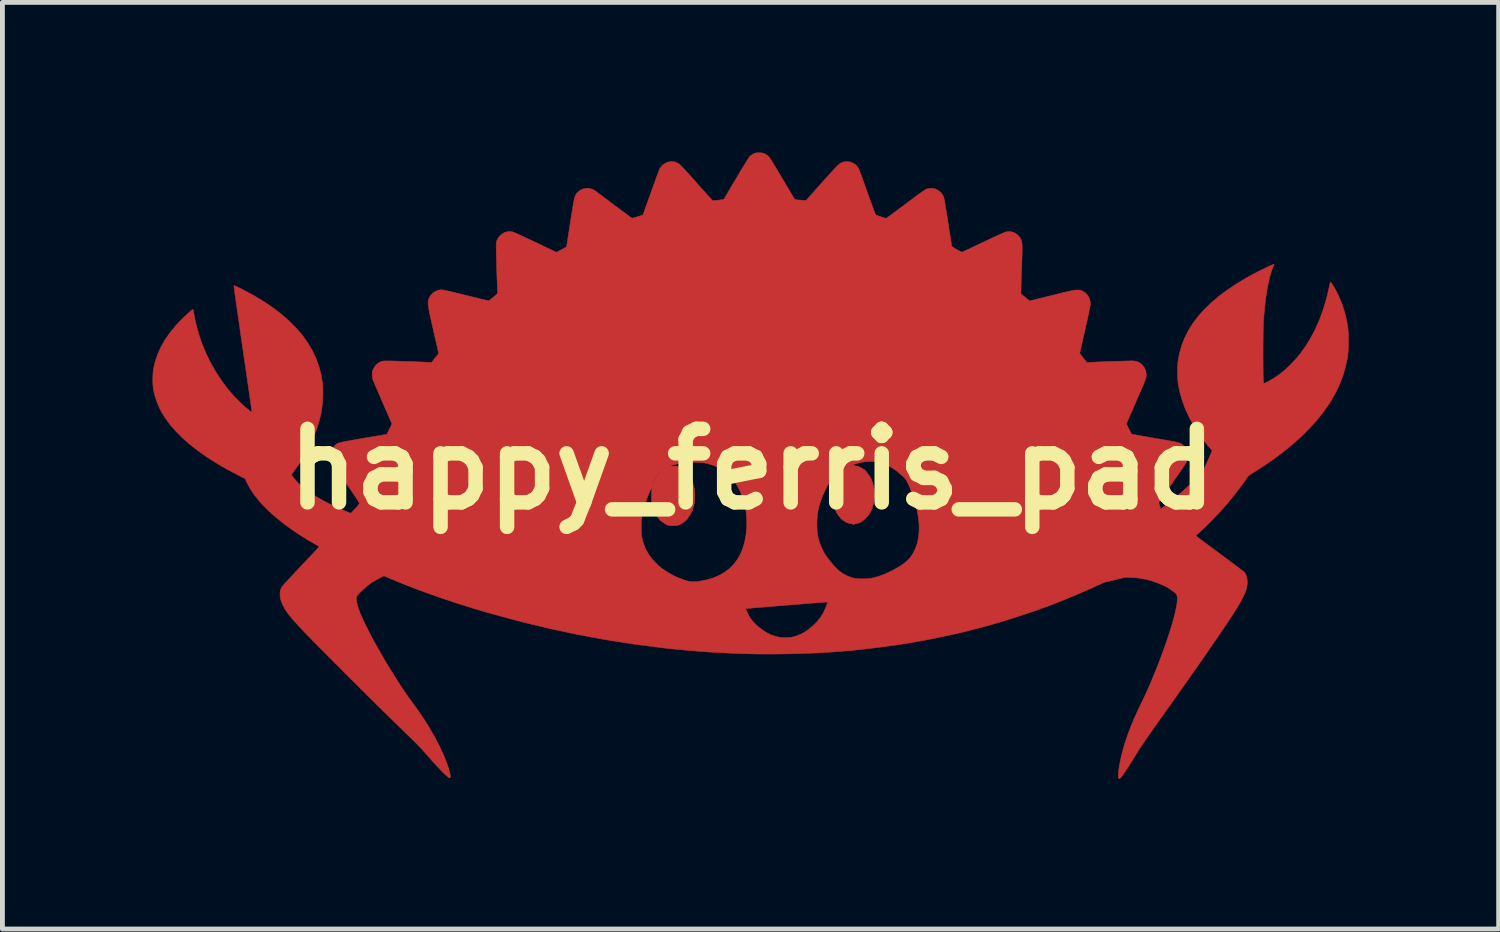
<source format=kicad_pcb>
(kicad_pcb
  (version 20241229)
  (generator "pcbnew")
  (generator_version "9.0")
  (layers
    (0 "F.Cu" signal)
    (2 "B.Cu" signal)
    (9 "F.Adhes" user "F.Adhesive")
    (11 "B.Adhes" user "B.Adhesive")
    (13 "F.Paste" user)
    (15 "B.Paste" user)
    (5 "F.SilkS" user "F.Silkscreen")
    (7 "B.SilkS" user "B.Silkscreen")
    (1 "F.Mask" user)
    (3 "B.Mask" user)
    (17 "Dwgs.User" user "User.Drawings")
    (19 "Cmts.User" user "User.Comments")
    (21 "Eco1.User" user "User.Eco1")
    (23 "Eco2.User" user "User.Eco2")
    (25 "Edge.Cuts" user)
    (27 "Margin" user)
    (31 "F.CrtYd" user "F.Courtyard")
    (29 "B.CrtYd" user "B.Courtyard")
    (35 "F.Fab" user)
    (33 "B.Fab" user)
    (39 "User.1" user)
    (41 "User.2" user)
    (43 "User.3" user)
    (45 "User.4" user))
  (footprint "happy_ferris_pad"
    (layer "F.Cu")
    (at 12.54 6.673)
    (property "Reference" "happy_ferris_pad" (at 0 0 0) (layer "F.SilkS") (effects (font (size 1.524 1.524) (thickness 0.3))))
    (attr through_hole)
    (fp_poly (pts (xy 0.202 -6.554) (xy 0.25 -6.541) (xy 0.293 -6.518) (xy 0.33 -6.489) (xy 0.337 -6.482) (xy 0.345 -6.473) (xy 0.354 -6.462) (xy 0.365 -6.448) (xy 0.378 -6.429) (xy 0.394 -6.405) (xy 0.413 -6.374) (xy 0.437 -6.336) (xy 0.465 -6.288) (xy 0.499 -6.232) (xy 0.54 -6.164) (xy 0.587 -6.085) (xy 0.641 -5.993) (xy 0.686 -5.918) (xy 0.739 -5.828) (xy 0.784 -5.753) (xy 0.821 -5.691) (xy 0.849 -5.644) (xy 0.869 -5.612) (xy 0.88 -5.593) (xy 0.884 -5.588) (xy 0.897 -5.585) (xy 0.922 -5.582) (xy 0.955 -5.579) (xy 0.993 -5.576) (xy 1.031 -5.573) (xy 1.067 -5.57) (xy 1.096 -5.569) (xy 1.114 -5.568) (xy 1.118 -5.569) (xy 1.126 -5.577) (xy 1.142 -5.596) (xy 1.166 -5.622) (xy 1.194 -5.654) (xy 1.203 -5.665) (xy 1.298 -5.771) (xy 1.381 -5.865) (xy 1.455 -5.948) (xy 1.52 -6.021) (xy 1.577 -6.083) (xy 1.626 -6.137) (xy 1.667 -6.183) (xy 1.703 -6.221) (xy 1.733 -6.252) (xy 1.758 -6.278) (xy 1.779 -6.298) (xy 1.796 -6.314) (xy 1.811 -6.326) (xy 1.824 -6.335) (xy 1.835 -6.342) (xy 1.84 -6.345) (xy 1.901 -6.367) (xy 1.964 -6.374) (xy 2.027 -6.367) (xy 2.087 -6.345) (xy 2.14 -6.311) (xy 2.184 -6.264) (xy 2.187 -6.259) (xy 2.193 -6.251) (xy 2.198 -6.242) (xy 2.204 -6.231) (xy 2.21 -6.218) (xy 2.218 -6.201) (xy 2.227 -6.178) (xy 2.238 -6.149) (xy 2.252 -6.112) (xy 2.269 -6.067) (xy 2.289 -6.011) (xy 2.313 -5.944) (xy 2.341 -5.865) (xy 2.374 -5.772) (xy 2.413 -5.665) (xy 2.413 -5.664) (xy 2.44 -5.587) (xy 2.467 -5.515) (xy 2.491 -5.449) (xy 2.512 -5.391) (xy 2.53 -5.342) (xy 2.545 -5.305) (xy 2.555 -5.28) (xy 2.56 -5.27) (xy 2.56 -5.27) (xy 2.571 -5.264) (xy 2.594 -5.255) (xy 2.626 -5.244) (xy 2.663 -5.231) (xy 2.7 -5.219) (xy 2.733 -5.209) (xy 2.76 -5.202) (xy 2.776 -5.199) (xy 2.776 -5.199) (xy 2.785 -5.203) (xy 2.805 -5.218) (xy 2.837 -5.24) (xy 2.879 -5.271) (xy 2.929 -5.308) (xy 2.986 -5.35) (xy 3.05 -5.398) (xy 3.118 -5.449) (xy 3.178 -5.493) (xy 3.272 -5.564) (xy 3.355 -5.626) (xy 3.428 -5.68) (xy 3.49 -5.724) (xy 3.539 -5.759) (xy 3.577 -5.785) (xy 3.602 -5.8) (xy 3.611 -5.805) (xy 3.668 -5.819) (xy 3.73 -5.82) (xy 3.789 -5.809) (xy 3.819 -5.798) (xy 3.874 -5.767) (xy 3.916 -5.728) (xy 3.951 -5.677) (xy 3.953 -5.674) (xy 3.958 -5.662) (xy 3.964 -5.65) (xy 3.969 -5.636) (xy 3.974 -5.618) (xy 3.979 -5.595) (xy 3.985 -5.566) (xy 3.992 -5.53) (xy 4 -5.484) (xy 4.009 -5.427) (xy 4.02 -5.359) (xy 4.033 -5.277) (xy 4.048 -5.18) (xy 4.056 -5.134) (xy 4.07 -5.044) (xy 4.083 -4.959) (xy 4.095 -4.881) (xy 4.106 -4.81) (xy 4.116 -4.748) (xy 4.124 -4.697) (xy 4.13 -4.659) (xy 4.134 -4.634) (xy 4.136 -4.626) (xy 4.144 -4.614) (xy 4.163 -4.598) (xy 4.195 -4.577) (xy 4.241 -4.551) (xy 4.278 -4.531) (xy 4.31 -4.514) (xy 4.333 -4.502) (xy 4.346 -4.496) (xy 4.347 -4.496) (xy 4.355 -4.499) (xy 4.378 -4.51) (xy 4.412 -4.526) (xy 4.459 -4.547) (xy 4.514 -4.573) (xy 4.579 -4.604) (xy 4.65 -4.637) (xy 4.727 -4.674) (xy 4.79 -4.704) (xy 4.902 -4.757) (xy 5 -4.803) (xy 5.082 -4.841) (xy 5.15 -4.871) (xy 5.204 -4.895) (xy 5.244 -4.911) (xy 5.269 -4.92) (xy 5.276 -4.921) (xy 5.338 -4.925) (xy 5.399 -4.913) (xy 5.456 -4.887) (xy 5.506 -4.85) (xy 5.548 -4.802) (xy 5.577 -4.745) (xy 5.58 -4.739) (xy 5.584 -4.723) (xy 5.588 -4.705) (xy 5.592 -4.684) (xy 5.594 -4.658) (xy 5.595 -4.625) (xy 5.596 -4.585) (xy 5.596 -4.536) (xy 5.595 -4.476) (xy 5.593 -4.405) (xy 5.591 -4.321) (xy 5.587 -4.223) (xy 5.584 -4.128) (xy 5.581 -4.05) (xy 5.578 -3.974) (xy 5.576 -3.904) (xy 5.574 -3.84) (xy 5.573 -3.786) (xy 5.572 -3.743) (xy 5.571 -3.715) (xy 5.571 -3.712) (xy 5.571 -3.635) (xy 5.657 -3.562) (xy 5.69 -3.535) (xy 5.719 -3.512) (xy 5.74 -3.496) (xy 5.752 -3.489) (xy 5.754 -3.488) (xy 5.763 -3.49) (xy 5.788 -3.496) (xy 5.826 -3.505) (xy 5.876 -3.517) (xy 5.936 -3.532) (xy 6.005 -3.549) (xy 6.082 -3.568) (xy 6.164 -3.588) (xy 6.211 -3.6) (xy 6.311 -3.625) (xy 6.395 -3.646) (xy 6.467 -3.663) (xy 6.526 -3.677) (xy 6.575 -3.688) (xy 6.615 -3.697) (xy 6.647 -3.703) (xy 6.674 -3.707) (xy 6.696 -3.71) (xy 6.715 -3.712) (xy 6.731 -3.712) (xy 6.77 -3.712) (xy 6.798 -3.709) (xy 6.823 -3.702) (xy 6.849 -3.69) (xy 6.851 -3.689) (xy 6.906 -3.653) (xy 6.95 -3.605) (xy 6.984 -3.547) (xy 7.004 -3.482) (xy 7.008 -3.449) (xy 7.009 -3.436) (xy 7.009 -3.421) (xy 7.007 -3.403) (xy 7.004 -3.379) (xy 6.999 -3.35) (xy 6.992 -3.313) (xy 6.982 -3.267) (xy 6.97 -3.211) (xy 6.955 -3.143) (xy 6.938 -3.063) (xy 6.916 -2.968) (xy 6.9 -2.897) (xy 6.788 -2.399) (xy 6.863 -2.304) (xy 6.937 -2.209) (xy 7.023 -2.214) (xy 7.059 -2.216) (xy 7.108 -2.218) (xy 7.168 -2.221) (xy 7.236 -2.223) (xy 7.311 -2.226) (xy 7.388 -2.229) (xy 7.468 -2.232) (xy 7.546 -2.234) (xy 7.621 -2.237) (xy 7.691 -2.239) (xy 7.753 -2.241) (xy 7.805 -2.242) (xy 7.844 -2.243) (xy 7.868 -2.244) (xy 7.921 -2.241) (xy 7.963 -2.234) (xy 7.987 -2.226) (xy 8.044 -2.197) (xy 8.091 -2.154) (xy 8.129 -2.102) (xy 8.155 -2.043) (xy 8.167 -1.979) (xy 8.166 -1.914) (xy 8.163 -1.896) (xy 8.156 -1.874) (xy 8.144 -1.84) (xy 8.127 -1.797) (xy 8.108 -1.748) (xy 8.086 -1.698) (xy 8.067 -1.654) (xy 8.042 -1.597) (xy 8.013 -1.531) (xy 7.982 -1.459) (xy 7.948 -1.382) (xy 7.915 -1.305) (xy 7.887 -1.241) (xy 7.754 -0.936) (xy 7.807 -0.834) (xy 7.826 -0.797) (xy 7.844 -0.764) (xy 7.857 -0.74) (xy 7.864 -0.728) (xy 7.865 -0.727) (xy 7.874 -0.724) (xy 7.898 -0.719) (xy 7.936 -0.712) (xy 7.986 -0.703) (xy 8.047 -0.692) (xy 8.117 -0.679) (xy 8.195 -0.666) (xy 8.279 -0.651) (xy 8.348 -0.639) (xy 8.456 -0.621) (xy 8.549 -0.605) (xy 8.627 -0.591) (xy 8.693 -0.579) (xy 8.748 -0.568) (xy 8.793 -0.558) (xy 8.829 -0.549) (xy 8.858 -0.54) (xy 8.881 -0.531) (xy 8.9 -0.521) (xy 8.915 -0.51) (xy 8.929 -0.498) (xy 8.942 -0.485) (xy 8.953 -0.473) (xy 8.993 -0.417) (xy 9.017 -0.353) (xy 9.026 -0.283) (xy 9.026 -0.28) (xy 9.026 -0.251) (xy 9.025 -0.226) (xy 9.021 -0.203) (xy 9.014 -0.179) (xy 9.003 -0.153) (xy 8.987 -0.124) (xy 8.965 -0.087) (xy 8.936 -0.043) (xy 8.899 0.011) (xy 8.858 0.07) (xy 8.816 0.131) (xy 8.768 0.201) (xy 8.717 0.275) (xy 8.667 0.349) (xy 8.62 0.416) (xy 8.603 0.44) (xy 8.568 0.492) (xy 8.534 0.541) (xy 8.503 0.585) (xy 8.478 0.622) (xy 8.459 0.648) (xy 8.449 0.663) (xy 8.434 0.686) (xy 8.43 0.704) (xy 8.433 0.718) (xy 8.439 0.739) (xy 8.449 0.769) (xy 8.454 0.785) (xy 8.468 0.83) (xy 8.57 0.751) (xy 8.655 0.684) (xy 8.748 0.608) (xy 8.845 0.526) (xy 8.942 0.441) (xy 9.037 0.355) (xy 9.127 0.272) (xy 9.208 0.193) (xy 9.259 0.142) (xy 9.336 0.064) (xy 9.435 -0.158) (xy 9.46 -0.215) (xy 9.483 -0.267) (xy 9.503 -0.312) (xy 9.518 -0.349) (xy 9.529 -0.374) (xy 9.533 -0.386) (xy 9.533 -0.387) (xy 9.528 -0.397) (xy 9.513 -0.413) (xy 9.503 -0.424) (xy 9.485 -0.442) (xy 9.461 -0.47) (xy 9.433 -0.503) (xy 9.407 -0.534) (xy 9.28 -0.702) (xy 9.167 -0.875) (xy 9.069 -1.051) (xy 8.985 -1.23) (xy 8.917 -1.41) (xy 8.865 -1.591) (xy 8.835 -1.736) (xy 8.826 -1.798) (xy 8.82 -1.872) (xy 8.817 -1.953) (xy 8.816 -2.036) (xy 8.817 -2.116) (xy 8.821 -2.188) (xy 8.826 -2.232) (xy 8.855 -2.396) (xy 8.9 -2.557) (xy 8.961 -2.713) (xy 9.037 -2.864) (xy 9.129 -3.013) (xy 9.236 -3.157) (xy 9.36 -3.297) (xy 9.5 -3.435) (xy 9.656 -3.568) (xy 9.828 -3.699) (xy 10.016 -3.826) (xy 10.221 -3.951) (xy 10.389 -4.044) (xy 10.436 -4.068) (xy 10.487 -4.095) (xy 10.542 -4.122) (xy 10.597 -4.149) (xy 10.65 -4.175) (xy 10.699 -4.198) (xy 10.743 -4.218) (xy 10.778 -4.234) (xy 10.803 -4.244) (xy 10.816 -4.248) (xy 10.817 -4.248) (xy 10.815 -4.239) (xy 10.808 -4.22) (xy 10.799 -4.201) (xy 10.782 -4.161) (xy 10.764 -4.107) (xy 10.744 -4.043) (xy 10.725 -3.973) (xy 10.707 -3.901) (xy 10.693 -3.836) (xy 10.674 -3.732) (xy 10.656 -3.626) (xy 10.641 -3.513) (xy 10.626 -3.393) (xy 10.614 -3.262) (xy 10.601 -3.117) (xy 10.598 -3.078) (xy 10.596 -3.044) (xy 10.595 -2.997) (xy 10.593 -2.938) (xy 10.592 -2.869) (xy 10.591 -2.792) (xy 10.59 -2.708) (xy 10.589 -2.62) (xy 10.589 -2.528) (xy 10.589 -2.435) (xy 10.588 -2.342) (xy 10.589 -2.252) (xy 10.589 -2.165) (xy 10.59 -2.083) (xy 10.59 -2.009) (xy 10.591 -1.943) (xy 10.593 -1.888) (xy 10.594 -1.846) (xy 10.596 -1.817) (xy 10.597 -1.806) (xy 10.604 -1.77) (xy 10.688 -1.813) (xy 10.805 -1.879) (xy 10.923 -1.96) (xy 11.04 -2.054) (xy 11.153 -2.159) (xy 11.261 -2.273) (xy 11.338 -2.364) (xy 11.46 -2.53) (xy 11.571 -2.709) (xy 11.671 -2.9) (xy 11.761 -3.103) (xy 11.839 -3.32) (xy 11.907 -3.549) (xy 11.964 -3.792) (xy 11.972 -3.829) (xy 11.978 -3.855) (xy 11.984 -3.873) (xy 11.987 -3.878) (xy 11.996 -3.87) (xy 12.011 -3.85) (xy 12.032 -3.817) (xy 12.059 -3.773) (xy 12.089 -3.721) (xy 12.089 -3.72) (xy 12.154 -3.592) (xy 12.213 -3.452) (xy 12.264 -3.304) (xy 12.306 -3.151) (xy 12.338 -2.997) (xy 12.342 -2.968) (xy 12.349 -2.913) (xy 12.354 -2.844) (xy 12.357 -2.766) (xy 12.358 -2.683) (xy 12.358 -2.597) (xy 12.356 -2.514) (xy 12.352 -2.436) (xy 12.346 -2.367) (xy 12.339 -2.311) (xy 12.338 -2.305) (xy 12.297 -2.118) (xy 12.245 -1.939) (xy 12.179 -1.765) (xy 12.098 -1.595) (xy 12.003 -1.425) (xy 11.942 -1.329) (xy 11.822 -1.161) (xy 11.686 -0.994) (xy 11.535 -0.828) (xy 11.369 -0.664) (xy 11.188 -0.503) (xy 10.995 -0.346) (xy 10.788 -0.193) (xy 10.569 -0.044) (xy 10.406 0.059) (xy 10.348 0.096) (xy 10.305 0.125) (xy 10.278 0.148) (xy 10.267 0.16) (xy 10.245 0.196) (xy 10.213 0.242) (xy 10.174 0.297) (xy 10.129 0.358) (xy 10.079 0.424) (xy 10.026 0.492) (xy 9.973 0.56) (xy 9.92 0.626) (xy 9.869 0.688) (xy 9.839 0.724) (xy 9.777 0.795) (xy 9.709 0.871) (xy 9.636 0.95) (xy 9.561 1.028) (xy 9.486 1.105) (xy 9.414 1.177) (xy 9.347 1.241) (xy 9.287 1.297) (xy 9.255 1.325) (xy 9.229 1.348) (xy 9.209 1.367) (xy 9.197 1.379) (xy 9.195 1.381) (xy 9.202 1.387) (xy 9.221 1.402) (xy 9.252 1.425) (xy 9.293 1.456) (xy 9.343 1.494) (xy 9.402 1.538) (xy 9.468 1.587) (xy 9.54 1.64) (xy 9.617 1.697) (xy 9.686 1.749) (xy 9.767 1.809) (xy 9.845 1.866) (xy 9.918 1.921) (xy 9.986 1.971) (xy 10.046 2.017) (xy 10.098 2.056) (xy 10.141 2.089) (xy 10.173 2.115) (xy 10.194 2.132) (xy 10.202 2.138) (xy 10.231 2.184) (xy 10.251 2.241) (xy 10.261 2.307) (xy 10.261 2.379) (xy 10.25 2.454) (xy 10.244 2.477) (xy 10.23 2.523) (xy 10.207 2.579) (xy 10.178 2.643) (xy 10.144 2.712) (xy 10.106 2.781) (xy 10.067 2.848) (xy 10.058 2.862) (xy 9.998 2.957) (xy 9.927 3.065) (xy 9.847 3.187) (xy 9.756 3.322) (xy 9.655 3.471) (xy 9.544 3.632) (xy 9.424 3.807) (xy 9.293 3.996) (xy 9.152 4.197) (xy 9.002 4.411) (xy 8.841 4.639) (xy 8.671 4.879) (xy 8.491 5.132) (xy 8.365 5.309) (xy 8.309 5.388) (xy 8.254 5.467) (xy 8.2 5.544) (xy 8.149 5.617) (xy 8.103 5.685) (xy 8.062 5.746) (xy 8.027 5.798) (xy 8.001 5.839) (xy 7.989 5.859) (xy 7.932 5.952) (xy 7.878 6.04) (xy 7.827 6.121) (xy 7.779 6.195) (xy 7.737 6.26) (xy 7.699 6.315) (xy 7.668 6.358) (xy 7.644 6.388) (xy 7.639 6.394) (xy 7.618 6.413) (xy 7.603 6.416) (xy 7.594 6.403) (xy 7.59 6.389) (xy 7.588 6.358) (xy 7.59 6.313) (xy 7.595 6.257) (xy 7.604 6.192) (xy 7.616 6.121) (xy 7.63 6.046) (xy 7.647 5.969) (xy 7.665 5.894) (xy 7.672 5.867) (xy 7.723 5.689) (xy 7.782 5.513) (xy 7.849 5.334) (xy 7.925 5.151) (xy 8.013 4.961) (xy 8.058 4.868) (xy 8.12 4.738) (xy 8.184 4.6) (xy 8.247 4.456) (xy 8.309 4.309) (xy 8.371 4.158) (xy 8.43 4.006) (xy 8.487 3.855) (xy 8.542 3.706) (xy 8.593 3.56) (xy 8.64 3.419) (xy 8.682 3.285) (xy 8.719 3.159) (xy 8.751 3.043) (xy 8.776 2.938) (xy 8.795 2.846) (xy 8.801 2.81) (xy 8.808 2.75) (xy 8.812 2.703) (xy 8.812 2.666) (xy 8.808 2.636) (xy 8.802 2.614) (xy 8.795 2.598) (xy 8.786 2.584) (xy 8.772 2.569) (xy 8.751 2.552) (xy 8.72 2.53) (xy 8.678 2.501) (xy 8.67 2.496) (xy 8.639 2.474) (xy 8.612 2.456) (xy 8.593 2.443) (xy 8.587 2.438) (xy 8.578 2.433) (xy 8.577 2.434) (xy 8.57 2.432) (xy 8.551 2.424) (xy 8.523 2.411) (xy 8.499 2.4) (xy 8.431 2.37) (xy 8.353 2.341) (xy 8.27 2.314) (xy 8.188 2.291) (xy 8.132 2.279) (xy 8.06 2.266) (xy 7.986 2.256) (xy 7.913 2.249) (xy 7.843 2.245) (xy 7.78 2.244) (xy 7.726 2.246) (xy 7.685 2.252) (xy 7.671 2.256) (xy 7.648 2.263) (xy 7.633 2.266) (xy 7.63 2.265) (xy 7.621 2.265) (xy 7.617 2.268) (xy 7.605 2.273) (xy 7.579 2.28) (xy 7.544 2.29) (xy 7.502 2.3) (xy 7.457 2.31) (xy 7.411 2.32) (xy 7.369 2.329) (xy 7.366 2.329) (xy 7.332 2.337) (xy 7.299 2.347) (xy 7.28 2.355) (xy 7.26 2.363) (xy 7.246 2.365) (xy 7.244 2.365) (xy 7.239 2.366) (xy 7.239 2.368) (xy 7.232 2.378) (xy 7.224 2.382) (xy 7.212 2.387) (xy 7.187 2.397) (xy 7.153 2.413) (xy 7.111 2.431) (xy 7.078 2.447) (xy 7.019 2.474) (xy 6.951 2.504) (xy 6.876 2.536) (xy 6.796 2.571) (xy 6.712 2.606) (xy 6.626 2.642) (xy 6.54 2.678) (xy 6.455 2.713) (xy 6.372 2.746) (xy 6.294 2.777) (xy 6.222 2.806) (xy 6.157 2.831) (xy 6.102 2.851) (xy 6.058 2.867) (xy 6.027 2.878) (xy 6.011 2.882) (xy 5.994 2.887) (xy 5.981 2.893) (xy 5.967 2.899) (xy 5.939 2.91) (xy 5.898 2.924) (xy 5.847 2.942) (xy 5.787 2.962) (xy 5.72 2.984) (xy 5.649 3.008) (xy 5.574 3.033) (xy 5.499 3.057) (xy 5.424 3.081) (xy 5.353 3.104) (xy 5.285 3.126) (xy 5.225 3.145) (xy 5.172 3.161) (xy 5.139 3.171) (xy 5.082 3.187) (xy 5.019 3.205) (xy 4.953 3.224) (xy 4.885 3.243) (xy 4.817 3.262) (xy 4.753 3.279) (xy 4.693 3.295) (xy 4.641 3.309) (xy 4.599 3.32) (xy 4.568 3.328) (xy 4.551 3.331) (xy 4.551 3.331) (xy 4.53 3.336) (xy 4.521 3.339) (xy 4.504 3.344) (xy 4.472 3.353) (xy 4.427 3.364) (xy 4.371 3.377) (xy 4.306 3.392) (xy 4.234 3.409) (xy 4.156 3.426) (xy 4.076 3.444) (xy 3.993 3.461) (xy 3.912 3.479) (xy 3.832 3.496) (xy 3.757 3.511) (xy 3.687 3.525) (xy 3.641 3.534) (xy 3.541 3.553) (xy 3.438 3.571) (xy 3.335 3.59) (xy 3.234 3.607) (xy 3.14 3.622) (xy 3.053 3.636) (xy 2.978 3.647) (xy 2.925 3.654) (xy 2.894 3.658) (xy 2.866 3.662) (xy 2.857 3.663) (xy 2.77 3.675) (xy 2.673 3.688) (xy 2.571 3.701) (xy 2.464 3.714) (xy 2.357 3.726) (xy 2.253 3.738) (xy 2.153 3.748) (xy 2.06 3.758) (xy 1.979 3.765) (xy 1.91 3.771) (xy 1.897 3.772) (xy 1.861 3.775) (xy 1.815 3.778) (xy 1.766 3.782) (xy 1.736 3.785) (xy 1.564 3.797) (xy 1.378 3.808) (xy 1.181 3.817) (xy 0.976 3.824) (xy 0.766 3.829) (xy 0.553 3.832) (xy 0.34 3.833) (xy 0.13 3.832) (xy -0.073 3.828) (xy -0.268 3.823) (xy -0.45 3.815) (xy -0.563 3.809) (xy -0.612 3.806) (xy -0.657 3.804) (xy -0.693 3.802) (xy -0.719 3.801) (xy -0.728 3.801) (xy -0.743 3.801) (xy -0.773 3.799) (xy -0.814 3.796) (xy -0.865 3.793) (xy -0.922 3.789) (xy -0.984 3.785) (xy -1.047 3.78) (xy -1.11 3.775) (xy -1.169 3.77) (xy -1.223 3.766) (xy -1.269 3.762) (xy -1.303 3.759) (xy -1.308 3.758) (xy -1.345 3.755) (xy -1.377 3.752) (xy -1.399 3.75) (xy -1.405 3.749) (xy -1.421 3.748) (xy -1.451 3.746) (xy -1.492 3.742) (xy -1.541 3.737) (xy -1.595 3.732) (xy -1.652 3.726) (xy -1.709 3.72) (xy -1.763 3.714) (xy -1.811 3.709) (xy -1.851 3.705) (xy -1.855 3.704) (xy -2.443 3.629) (xy -3.031 3.537) (xy -3.62 3.428) (xy -4.209 3.302) (xy -4.798 3.16) (xy -5.389 3) (xy -5.474 2.976) (xy -5.534 2.959) (xy -5.602 2.938) (xy -5.675 2.917) (xy -5.751 2.894) (xy -5.757 2.892) (xy -0.134 2.892) (xy -0.133 2.901) (xy -0.125 2.921) (xy -0.111 2.95) (xy -0.095 2.983) (xy -0.077 3.019) (xy -0.059 3.052) (xy -0.043 3.08) (xy -0.033 3.097) (xy 0.018 3.161) (xy 0.081 3.226) (xy 0.154 3.289) (xy 0.233 3.347) (xy 0.314 3.397) (xy 0.393 3.436) (xy 0.398 3.439) (xy 0.497 3.471) (xy 0.601 3.49) (xy 0.706 3.495) (xy 0.81 3.485) (xy 0.884 3.468) (xy 0.99 3.429) (xy 1.089 3.378) (xy 1.184 3.312) (xy 1.276 3.231) (xy 1.301 3.207) (xy 1.356 3.148) (xy 1.4 3.094) (xy 1.437 3.041) (xy 1.471 2.984) (xy 1.495 2.935) (xy 1.511 2.899) (xy 1.527 2.861) (xy 1.542 2.824) (xy 1.553 2.792) (xy 1.561 2.768) (xy 1.564 2.755) (xy 1.563 2.754) (xy 1.555 2.754) (xy 1.53 2.756) (xy 1.492 2.759) (xy 1.441 2.763) (xy 1.379 2.767) (xy 1.307 2.773) (xy 1.226 2.779) (xy 1.138 2.786) (xy 1.044 2.794) (xy 0.945 2.802) (xy 0.843 2.81) (xy 0.74 2.818) (xy 0.637 2.827) (xy 0.534 2.835) (xy 0.434 2.843) (xy 0.337 2.851) (xy 0.246 2.859) (xy 0.161 2.866) (xy 0.085 2.872) (xy 0.017 2.878) (xy -0.04 2.883) (xy -0.084 2.887) (xy -0.116 2.89) (xy -0.132 2.891) (xy -0.134 2.892) (xy -5.757 2.892) (xy -5.828 2.87) (xy -5.904 2.847) (xy -5.977 2.824) (xy -6.044 2.803) (xy -6.105 2.784) (xy -6.156 2.767) (xy -6.195 2.754) (xy -6.222 2.745) (xy -6.228 2.742) (xy -6.25 2.734) (xy -6.266 2.729) (xy -6.284 2.725) (xy -6.304 2.717) (xy -6.322 2.711) (xy -6.331 2.708) (xy -6.331 2.708) (xy -6.34 2.706) (xy -6.361 2.699) (xy -6.392 2.688) (xy -6.428 2.676) (xy -6.467 2.663) (xy -6.504 2.65) (xy -6.537 2.638) (xy -6.562 2.629) (xy -6.574 2.624) (xy -6.595 2.616) (xy -6.61 2.611) (xy -6.61 2.611) (xy -6.624 2.607) (xy -6.65 2.598) (xy -6.688 2.585) (xy -6.733 2.569) (xy -6.783 2.551) (xy -6.836 2.531) (xy -6.89 2.511) (xy -6.941 2.492) (xy -6.987 2.475) (xy -7.026 2.46) (xy -7.055 2.448) (xy -7.071 2.441) (xy -7.074 2.44) (xy -7.09 2.434) (xy -7.092 2.433) (xy -7.105 2.429) (xy -7.13 2.42) (xy -7.164 2.407) (xy -7.204 2.391) (xy -7.247 2.374) (xy -7.291 2.356) (xy -7.332 2.339) (xy -7.368 2.324) (xy -7.395 2.312) (xy -7.41 2.304) (xy -7.413 2.302) (xy -7.422 2.297) (xy -7.424 2.298) (xy -7.433 2.296) (xy -7.455 2.288) (xy -7.486 2.276) (xy -7.524 2.26) (xy -7.531 2.257) (xy -7.633 2.212) (xy -7.698 2.245) (xy -7.738 2.266) (xy -7.78 2.289) (xy -7.817 2.31) (xy -7.819 2.312) (xy -7.846 2.328) (xy -7.868 2.34) (xy -7.881 2.345) (xy -7.882 2.345) (xy -7.892 2.351) (xy -7.892 2.352) (xy -7.9 2.361) (xy -7.917 2.375) (xy -7.929 2.384) (xy -7.96 2.407) (xy -7.997 2.438) (xy -8.037 2.473) (xy -8.077 2.509) (xy -8.115 2.544) (xy -8.146 2.575) (xy -8.168 2.599) (xy -8.174 2.605) (xy -8.192 2.631) (xy -8.201 2.652) (xy -8.204 2.678) (xy -8.204 2.692) (xy -8.2 2.744) (xy -8.187 2.806) (xy -8.164 2.88) (xy -8.133 2.965) (xy -8.092 3.063) (xy -8.041 3.174) (xy -8.014 3.23) (xy -7.952 3.354) (xy -7.883 3.487) (xy -7.806 3.627) (xy -7.724 3.772) (xy -7.639 3.92) (xy -7.551 4.068) (xy -7.461 4.214) (xy -7.372 4.356) (xy -7.284 4.492) (xy -7.199 4.62) (xy -7.118 4.737) (xy -7.042 4.841) (xy -7.031 4.855) (xy -6.913 5.019) (xy -6.799 5.188) (xy -6.691 5.36) (xy -6.592 5.533) (xy -6.501 5.703) (xy -6.422 5.869) (xy -6.356 6.024) (xy -6.328 6.098) (xy -6.304 6.167) (xy -6.285 6.23) (xy -6.27 6.286) (xy -6.26 6.332) (xy -6.256 6.368) (xy -6.258 6.391) (xy -6.266 6.401) (xy -6.268 6.401) (xy -6.285 6.394) (xy -6.313 6.374) (xy -6.351 6.341) (xy -6.4 6.295) (xy -6.458 6.235) (xy -6.527 6.162) (xy -6.606 6.076) (xy -6.695 5.976) (xy -6.783 5.876) (xy -6.826 5.828) (xy -6.874 5.776) (xy -6.921 5.726) (xy -6.965 5.681) (xy -6.995 5.651) (xy -7.164 5.487) (xy -7.332 5.323) (xy -7.501 5.158) (xy -7.671 4.991) (xy -7.845 4.819) (xy -8.025 4.641) (xy -8.212 4.455) (xy -8.408 4.26) (xy -8.493 4.175) (xy -8.632 4.035) (xy -8.759 3.907) (xy -8.876 3.79) (xy -8.982 3.683) (xy -9.079 3.585) (xy -9.166 3.495) (xy -9.244 3.415) (xy -9.315 3.341) (xy -9.377 3.275) (xy -9.433 3.215) (xy -9.482 3.161) (xy -9.525 3.112) (xy -9.562 3.067) (xy -9.595 3.027) (xy -9.624 2.99) (xy -9.648 2.955) (xy -9.67 2.923) (xy -9.689 2.892) (xy -9.705 2.863) (xy -9.721 2.833) (xy -9.729 2.817) (xy -9.746 2.778) (xy -9.761 2.738) (xy -9.773 2.703) (xy -9.775 2.697) (xy -9.786 2.631) (xy -9.786 2.566) (xy -9.776 2.506) (xy -9.756 2.455) (xy -9.747 2.44) (xy -9.736 2.426) (xy -9.714 2.402) (xy -9.683 2.367) (xy -9.642 2.322) (xy -9.592 2.268) (xy -9.535 2.207) (xy -9.471 2.138) (xy -9.401 2.064) (xy -9.326 1.984) (xy -9.246 1.899) (xy -9.163 1.811) (xy -9.143 1.791) (xy -9.092 1.736) (xy -9.049 1.691) (xy -9.015 1.654) (xy -8.992 1.628) (xy -8.979 1.613) (xy -8.977 1.609) (xy -8.982 1.602) (xy -8.998 1.591) (xy -9.01 1.583) (xy -9.206 1.47) (xy -9.39 1.355) (xy -9.563 1.237) (xy -9.616 1.198) (xy -2.298 1.198) (xy -2.298 1.275) (xy -2.295 1.339) (xy -2.289 1.394) (xy -2.28 1.445) (xy -2.267 1.496) (xy -2.25 1.551) (xy -2.248 1.556) (xy -2.201 1.67) (xy -2.138 1.778) (xy -2.06 1.88) (xy -1.969 1.975) (xy -1.865 2.063) (xy -1.749 2.141) (xy -1.622 2.211) (xy -1.518 2.257) (xy -1.442 2.286) (xy -1.378 2.308) (xy -1.321 2.323) (xy -1.27 2.332) (xy -1.219 2.335) (xy -1.166 2.333) (xy -1.107 2.327) (xy -1.089 2.324) (xy -0.94 2.295) (xy -0.804 2.254) (xy -0.681 2.201) (xy -0.569 2.136) (xy -0.469 2.06) (xy -0.382 1.972) (xy -0.306 1.872) (xy -0.243 1.76) (xy -0.192 1.636) (xy -0.154 1.501) (xy -0.127 1.355) (xy -0.114 1.202) (xy -0.113 1.139) (xy 1.342 1.139) (xy 1.344 1.24) (xy 1.352 1.329) (xy 1.365 1.411) (xy 1.385 1.488) (xy 1.412 1.566) (xy 1.448 1.65) (xy 1.452 1.656) (xy 1.47 1.694) (xy 1.488 1.729) (xy 1.508 1.762) (xy 1.531 1.796) (xy 1.558 1.834) (xy 1.591 1.876) (xy 1.631 1.927) (xy 1.681 1.987) (xy 1.7 2.01) (xy 1.777 2.09) (xy 1.866 2.157) (xy 1.963 2.21) (xy 2.068 2.249) (xy 2.117 2.262) (xy 2.172 2.27) (xy 2.239 2.274) (xy 2.311 2.274) (xy 2.385 2.27) (xy 2.455 2.263) (xy 2.508 2.253) (xy 2.589 2.232) (xy 2.668 2.206) (xy 2.75 2.174) (xy 2.839 2.133) (xy 2.874 2.116) (xy 2.98 2.061) (xy 3.07 2.008) (xy 3.147 1.955) (xy 3.212 1.9) (xy 3.266 1.843) (xy 3.312 1.783) (xy 3.332 1.75) (xy 3.385 1.644) (xy 3.424 1.529) (xy 3.449 1.404) (xy 3.46 1.272) (xy 3.458 1.131) (xy 3.442 0.983) (xy 3.413 0.829) (xy 3.37 0.668) (xy 3.313 0.501) (xy 3.276 0.406) (xy 3.251 0.345) (xy 3.229 0.296) (xy 3.21 0.258) (xy 3.192 0.227) (xy 3.173 0.2) (xy 3.151 0.176) (xy 3.125 0.15) (xy 3.122 0.147) (xy 3.014 0.053) (xy 2.904 -0.023) (xy 2.793 -0.083) (xy 2.68 -0.126) (xy 2.565 -0.152) (xy 2.449 -0.161) (xy 2.33 -0.153) (xy 2.21 -0.129) (xy 2.144 -0.109) (xy 2.108 -0.096) (xy 2.086 -0.088) (xy 2.077 -0.083) (xy 2.078 -0.08) (xy 2.09 -0.078) (xy 2.095 -0.078) (xy 2.12 -0.074) (xy 2.137 -0.068) (xy 2.14 -0.066) (xy 2.156 -0.061) (xy 2.163 -0.062) (xy 2.176 -0.062) (xy 2.18 -0.059) (xy 2.191 -0.055) (xy 2.197 -0.056) (xy 2.208 -0.056) (xy 2.21 -0.051) (xy 2.215 -0.045) (xy 2.218 -0.047) (xy 2.226 -0.046) (xy 2.227 -0.042) (xy 2.232 -0.037) (xy 2.235 -0.038) (xy 2.243 -0.037) (xy 2.244 -0.034) (xy 2.249 -0.028) (xy 2.252 -0.03) (xy 2.26 -0.028) (xy 2.261 -0.024) (xy 2.264 -0.018) (xy 2.266 -0.02) (xy 2.275 -0.018) (xy 2.284 -0.01) (xy 2.291 -0.003) (xy 2.29 -0.008) (xy 2.291 -0.011) (xy 2.301 -0.002) (xy 2.307 0.004) (xy 2.32 0.017) (xy 2.325 0.021) (xy 2.324 0.019) (xy 2.321 0.01) (xy 2.326 0.012) (xy 2.34 0.025) (xy 2.358 0.044) (xy 2.373 0.061) (xy 2.379 0.069) (xy 2.375 0.068) (xy 2.37 0.066) (xy 2.376 0.074) (xy 2.383 0.081) (xy 2.399 0.097) (xy 2.406 0.11) (xy 2.407 0.112) (xy 2.411 0.121) (xy 2.417 0.124) (xy 2.426 0.132) (xy 2.425 0.136) (xy 2.427 0.145) (xy 2.434 0.149) (xy 2.443 0.157) (xy 2.442 0.162) (xy 2.444 0.169) (xy 2.447 0.169) (xy 2.452 0.174) (xy 2.451 0.178) (xy 2.452 0.186) (xy 2.455 0.186) (xy 2.461 0.191) (xy 2.46 0.195) (xy 2.461 0.203) (xy 2.464 0.203) (xy 2.469 0.208) (xy 2.468 0.212) (xy 2.469 0.219) (xy 2.472 0.22) (xy 2.477 0.226) (xy 2.475 0.233) (xy 2.476 0.244) (xy 2.48 0.246) (xy 2.486 0.251) (xy 2.485 0.254) (xy 2.486 0.262) (xy 2.49 0.262) (xy 2.496 0.269) (xy 2.495 0.275) (xy 2.495 0.286) (xy 2.499 0.288) (xy 2.503 0.294) (xy 2.502 0.305) (xy 2.501 0.319) (xy 2.506 0.322) (xy 2.513 0.328) (xy 2.512 0.334) (xy 2.512 0.348) (xy 2.515 0.352) (xy 2.52 0.363) (xy 2.519 0.373) (xy 2.519 0.388) (xy 2.523 0.394) (xy 2.528 0.406) (xy 2.527 0.427) (xy 2.526 0.449) (xy 2.531 0.461) (xy 2.535 0.472) (xy 2.539 0.496) (xy 2.54 0.53) (xy 2.54 0.533) (xy 2.539 0.568) (xy 2.536 0.593) (xy 2.531 0.606) (xy 2.531 0.606) (xy 2.526 0.618) (xy 2.527 0.64) (xy 2.528 0.662) (xy 2.523 0.669) (xy 2.516 0.676) (xy 2.518 0.69) (xy 2.519 0.707) (xy 2.515 0.715) (xy 2.51 0.726) (xy 2.512 0.733) (xy 2.511 0.743) (xy 2.506 0.745) (xy 2.5 0.751) (xy 2.501 0.757) (xy 2.5 0.771) (xy 2.497 0.775) (xy 2.492 0.785) (xy 2.493 0.787) (xy 2.492 0.798) (xy 2.489 0.8) (xy 2.484 0.81) (xy 2.485 0.813) (xy 2.484 0.821) (xy 2.481 0.821) (xy 2.475 0.826) (xy 2.476 0.829) (xy 2.475 0.84) (xy 2.472 0.842) (xy 2.467 0.853) (xy 2.468 0.856) (xy 2.467 0.863) (xy 2.464 0.864) (xy 2.458 0.869) (xy 2.46 0.872) (xy 2.459 0.88) (xy 2.455 0.881) (xy 2.45 0.885) (xy 2.451 0.888) (xy 2.448 0.897) (xy 2.442 0.901) (xy 2.433 0.909) (xy 2.434 0.914) (xy 2.433 0.922) (xy 2.43 0.923) (xy 2.424 0.928) (xy 2.425 0.931) (xy 2.423 0.941) (xy 2.415 0.947) (xy 2.406 0.954) (xy 2.407 0.956) (xy 2.404 0.962) (xy 2.392 0.977) (xy 2.371 0.998) (xy 2.356 1.013) (xy 2.331 1.037) (xy 2.31 1.056) (xy 2.296 1.067) (xy 2.292 1.068) (xy 2.284 1.073) (xy 2.281 1.079) (xy 2.273 1.088) (xy 2.268 1.087) (xy 2.261 1.089) (xy 2.261 1.092) (xy 2.255 1.098) (xy 2.252 1.096) (xy 2.244 1.097) (xy 2.244 1.101) (xy 2.239 1.106) (xy 2.235 1.105) (xy 2.227 1.106) (xy 2.227 1.109) (xy 2.222 1.115) (xy 2.219 1.114) (xy 2.208 1.115) (xy 2.206 1.117) (xy 2.195 1.122) (xy 2.188 1.121) (xy 2.178 1.121) (xy 2.176 1.125) (xy 2.169 1.131) (xy 2.156 1.13) (xy 2.138 1.129) (xy 2.13 1.134) (xy 2.118 1.14) (xy 2.098 1.143) (xy 2.095 1.143) (xy 2.074 1.141) (xy 2.062 1.135) (xy 2.061 1.134) (xy 2.05 1.129) (xy 2.035 1.13) (xy 2.019 1.131) (xy 2.015 1.125) (xy 2.009 1.12) (xy 2.002 1.121) (xy 1.991 1.12) (xy 1.99 1.116) (xy 1.983 1.111) (xy 1.977 1.112) (xy 1.966 1.112) (xy 1.964 1.108) (xy 1.959 1.104) (xy 1.956 1.105) (xy 1.948 1.104) (xy 1.947 1.101) (xy 1.942 1.095) (xy 1.939 1.096) (xy 1.931 1.096) (xy 1.93 1.093) (xy 1.925 1.086) (xy 1.923 1.086) (xy 1.912 1.082) (xy 1.901 1.071) (xy 1.893 1.063) (xy 1.893 1.067) (xy 1.891 1.068) (xy 1.88 1.059) (xy 1.867 1.046) (xy 1.852 1.03) (xy 1.845 1.025) (xy 1.847 1.029) (xy 1.854 1.04) (xy 1.851 1.039) (xy 1.844 1.034) (xy 1.834 1.022) (xy 1.833 1.015) (xy 1.83 1.006) (xy 1.817 0.993) (xy 1.812 0.99) (xy 1.797 0.976) (xy 1.791 0.965) (xy 1.792 0.964) (xy 1.789 0.955) (xy 1.783 0.952) (xy 1.774 0.944) (xy 1.774 0.939) (xy 1.772 0.93) (xy 1.766 0.926) (xy 1.757 0.918) (xy 1.757 0.914) (xy 1.756 0.906) (xy 1.753 0.906) (xy 1.747 0.901) (xy 1.748 0.897) (xy 1.747 0.89) (xy 1.744 0.889) (xy 1.738 0.884) (xy 1.739 0.881) (xy 1.738 0.87) (xy 1.732 0.861) (xy 1.724 0.849) (xy 1.725 0.843) (xy 1.723 0.839) (xy 1.72 0.838) (xy 1.713 0.833) (xy 1.714 0.83) (xy 1.714 0.822) (xy 1.711 0.821) (xy 1.706 0.815) (xy 1.707 0.809) (xy 1.707 0.798) (xy 1.703 0.796) (xy 1.698 0.79) (xy 1.699 0.783) (xy 1.698 0.772) (xy 1.695 0.77) (xy 1.689 0.764) (xy 1.69 0.759) (xy 1.689 0.745) (xy 1.685 0.741) (xy 1.68 0.731) (xy 1.681 0.727) (xy 1.681 0.715) (xy 1.676 0.707) (xy 1.671 0.693) (xy 1.672 0.686) (xy 1.673 0.672) (xy 1.671 0.667) (xy 1.666 0.651) (xy 1.662 0.622) (xy 1.659 0.585) (xy 1.658 0.543) (xy 1.658 0.501) (xy 1.66 0.462) (xy 1.663 0.429) (xy 1.667 0.408) (xy 1.67 0.402) (xy 1.673 0.389) (xy 1.671 0.376) (xy 1.671 0.36) (xy 1.676 0.356) (xy 1.682 0.349) (xy 1.681 0.339) (xy 1.68 0.325) (xy 1.685 0.322) (xy 1.691 0.316) (xy 1.69 0.309) (xy 1.691 0.298) (xy 1.695 0.296) (xy 1.7 0.29) (xy 1.699 0.284) (xy 1.699 0.273) (xy 1.703 0.271) (xy 1.708 0.265) (xy 1.707 0.258) (xy 1.707 0.247) (xy 1.711 0.246) (xy 1.716 0.24) (xy 1.714 0.237) (xy 1.715 0.229) (xy 1.718 0.229) (xy 1.723 0.222) (xy 1.722 0.216) (xy 1.722 0.205) (xy 1.727 0.203) (xy 1.733 0.199) (xy 1.732 0.196) (xy 1.734 0.187) (xy 1.74 0.183) (xy 1.749 0.175) (xy 1.748 0.169) (xy 1.75 0.162) (xy 1.754 0.161) (xy 1.76 0.158) (xy 1.758 0.155) (xy 1.76 0.147) (xy 1.768 0.138) (xy 1.775 0.13) (xy 1.77 0.131) (xy 1.766 0.131) (xy 1.774 0.123) (xy 1.787 0.111) (xy 1.791 0.103) (xy 1.797 0.092) (xy 1.814 0.074) (xy 1.839 0.051) (xy 1.869 0.027) (xy 1.9 0.003) (xy 1.929 -0.017) (xy 1.954 -0.032) (xy 1.958 -0.034) (xy 1.982 -0.047) (xy 1.997 -0.055) (xy 2 -0.059) (xy 1.999 -0.059) (xy 1.98 -0.054) (xy 1.952 -0.041) (xy 1.92 -0.021) (xy 1.887 0.001) (xy 1.859 0.025) (xy 1.848 0.035) (xy 1.827 0.056) (xy 1.809 0.071) (xy 1.799 0.076) (xy 1.787 0.082) (xy 1.766 0.097) (xy 1.739 0.12) (xy 1.709 0.146) (xy 1.679 0.175) (xy 1.652 0.203) (xy 1.63 0.227) (xy 1.619 0.242) (xy 1.598 0.277) (xy 1.572 0.324) (xy 1.543 0.378) (xy 1.514 0.437) (xy 1.487 0.495) (xy 1.463 0.549) (xy 1.444 0.595) (xy 1.443 0.597) (xy 1.409 0.695) (xy 1.382 0.785) (xy 1.363 0.869) (xy 1.351 0.954) (xy 1.344 1.043) (xy 1.342 1.139) (xy -0.113 1.139) (xy -0.113 1.045) (xy -0.126 0.889) (xy -0.154 0.739) (xy -0.196 0.594) (xy -0.25 0.459) (xy -0.254 0.45) (xy -0.321 0.327) (xy -0.397 0.219) (xy -0.482 0.124) (xy -0.577 0.044) (xy -0.681 -0.022) (xy -0.766 -0.061) (xy 2.027 -0.061) (xy 2.036 -0.06) (xy 2.047 -0.061) (xy 2.047 -0.064) (xy 2.035 -0.066) (xy 2.03 -0.065) (xy 2.027 -0.061) (xy -0.766 -0.061) (xy -0.795 -0.075) (xy -0.918 -0.113) (xy -1.007 -0.132) (xy -1.063 -0.138) (xy -1.132 -0.142) (xy -1.208 -0.143) (xy -1.287 -0.141) (xy -1.364 -0.137) (xy -1.435 -0.13) (xy -1.495 -0.121) (xy -1.499 -0.12) (xy -1.565 -0.105) (xy -1.619 -0.093) (xy -1.659 -0.082) (xy -1.684 -0.074) (xy -1.693 -0.067) (xy -1.693 -0.067) (xy -1.686 -0.064) (xy -1.665 -0.062) (xy -1.636 -0.062) (xy -1.629 -0.062) (xy -1.598 -0.063) (xy -1.574 -0.061) (xy -1.562 -0.059) (xy -1.561 -0.058) (xy -1.551 -0.055) (xy -1.545 -0.056) (xy -1.534 -0.056) (xy -1.532 -0.052) (xy -1.526 -0.047) (xy -1.52 -0.048) (xy -1.509 -0.047) (xy -1.507 -0.043) (xy -1.502 -0.037) (xy -1.499 -0.038) (xy -1.491 -0.037) (xy -1.49 -0.034) (xy -1.485 -0.028) (xy -1.482 -0.03) (xy -1.474 -0.029) (xy -1.473 -0.025) (xy -1.468 -0.02) (xy -1.466 -0.021) (xy -1.457 -0.018) (xy -1.453 -0.013) (xy -1.445 -0.003) (xy -1.441 -0.002) (xy -1.43 0.002) (xy -1.416 0.015) (xy -1.414 0.017) (xy -1.404 0.028) (xy -1.4 0.029) (xy -1.401 0.028) (xy -1.404 0.018) (xy -1.399 0.02) (xy -1.385 0.034) (xy -1.367 0.052) (xy -1.351 0.07) (xy -1.344 0.08) (xy -1.346 0.081) (xy -1.349 0.082) (xy -1.341 0.091) (xy -1.338 0.094) (xy -1.324 0.108) (xy -1.319 0.119) (xy -1.319 0.12) (xy -1.314 0.129) (xy -1.308 0.132) (xy -1.3 0.14) (xy -1.3 0.145) (xy -1.298 0.154) (xy -1.292 0.158) (xy -1.283 0.166) (xy -1.283 0.17) (xy -1.282 0.177) (xy -1.278 0.178) (xy -1.273 0.183) (xy -1.274 0.186) (xy -1.273 0.194) (xy -1.27 0.195) (xy -1.264 0.2) (xy -1.266 0.203) (xy -1.265 0.211) (xy -1.262 0.212) (xy -1.256 0.217) (xy -1.257 0.22) (xy -1.256 0.228) (xy -1.253 0.229) (xy -1.248 0.234) (xy -1.249 0.237) (xy -1.248 0.245) (xy -1.244 0.246) (xy -1.238 0.252) (xy -1.239 0.258) (xy -1.239 0.269) (xy -1.236 0.271) (xy -1.232 0.277) (xy -1.233 0.284) (xy -1.233 0.295) (xy -1.229 0.296) (xy -1.223 0.303) (xy -1.225 0.309) (xy -1.224 0.32) (xy -1.22 0.322) (xy -1.213 0.328) (xy -1.215 0.339) (xy -1.216 0.353) (xy -1.211 0.356) (xy -1.205 0.362) (xy -1.206 0.372) (xy -1.207 0.388) (xy -1.202 0.394) (xy -1.197 0.405) (xy -1.198 0.416) (xy -1.2 0.434) (xy -1.197 0.442) (xy -1.195 0.454) (xy -1.193 0.479) (xy -1.191 0.514) (xy -1.191 0.554) (xy -1.191 0.555) (xy -1.191 0.595) (xy -1.193 0.63) (xy -1.195 0.655) (xy -1.197 0.667) (xy -1.197 0.667) (xy -1.2 0.683) (xy -1.198 0.694) (xy -1.198 0.709) (xy -1.202 0.715) (xy -1.208 0.727) (xy -1.206 0.737) (xy -1.206 0.751) (xy -1.211 0.754) (xy -1.217 0.76) (xy -1.215 0.77) (xy -1.214 0.784) (xy -1.22 0.787) (xy -1.226 0.794) (xy -1.225 0.8) (xy -1.225 0.811) (xy -1.229 0.813) (xy -1.234 0.819) (xy -1.233 0.826) (xy -1.233 0.836) (xy -1.236 0.838) (xy -1.241 0.844) (xy -1.239 0.851) (xy -1.24 0.862) (xy -1.244 0.864) (xy -1.25 0.869) (xy -1.249 0.872) (xy -1.25 0.88) (xy -1.253 0.881) (xy -1.259 0.886) (xy -1.257 0.889) (xy -1.258 0.897) (xy -1.262 0.897) (xy -1.267 0.903) (xy -1.266 0.906) (xy -1.267 0.914) (xy -1.27 0.914) (xy -1.276 0.92) (xy -1.274 0.923) (xy -1.275 0.931) (xy -1.278 0.931) (xy -1.284 0.936) (xy -1.283 0.939) (xy -1.286 0.948) (xy -1.292 0.952) (xy -1.301 0.96) (xy -1.3 0.964) (xy -1.302 0.973) (xy -1.308 0.977) (xy -1.318 0.985) (xy -1.319 0.989) (xy -1.323 0.999) (xy -1.336 1.014) (xy -1.338 1.016) (xy -1.349 1.026) (xy -1.35 1.029) (xy -1.348 1.029) (xy -1.339 1.025) (xy -1.341 1.031) (xy -1.354 1.045) (xy -1.373 1.063) (xy -1.39 1.079) (xy -1.401 1.086) (xy -1.402 1.084) (xy -1.402 1.081) (xy -1.411 1.089) (xy -1.414 1.092) (xy -1.429 1.106) (xy -1.44 1.111) (xy -1.441 1.111) (xy -1.45 1.116) (xy -1.453 1.122) (xy -1.461 1.13) (xy -1.466 1.13) (xy -1.473 1.131) (xy -1.473 1.135) (xy -1.478 1.14) (xy -1.482 1.139) (xy -1.489 1.14) (xy -1.49 1.143) (xy -1.495 1.149) (xy -1.499 1.147) (xy -1.506 1.148) (xy -1.507 1.152) (xy -1.513 1.158) (xy -1.52 1.157) (xy -1.531 1.157) (xy -1.532 1.161) (xy -1.539 1.167) (xy -1.544 1.166) (xy -1.558 1.165) (xy -1.562 1.167) (xy -1.573 1.17) (xy -1.595 1.172) (xy -1.625 1.173) (xy -1.656 1.173) (xy -1.685 1.172) (xy -1.706 1.17) (xy -1.715 1.167) (xy -1.725 1.164) (xy -1.732 1.165) (xy -1.742 1.165) (xy -1.744 1.161) (xy -1.75 1.156) (xy -1.757 1.157) (xy -1.768 1.156) (xy -1.77 1.152) (xy -1.775 1.146) (xy -1.778 1.147) (xy -1.786 1.146) (xy -1.786 1.143) (xy -1.792 1.137) (xy -1.795 1.139) (xy -1.803 1.138) (xy -1.803 1.135) (xy -1.808 1.129) (xy -1.811 1.13) (xy -1.82 1.127) (xy -1.824 1.121) (xy -1.831 1.111) (xy -1.834 1.112) (xy -1.843 1.11) (xy -1.856 1.098) (xy -1.856 1.098) (xy -1.865 1.089) (xy -1.867 1.091) (xy -1.866 1.092) (xy -1.869 1.093) (xy -1.88 1.085) (xy -1.899 1.068) (xy -1.899 1.068) (xy -1.919 1.047) (xy -1.931 1.031) (xy -1.934 1.024) (xy -1.938 1.015) (xy -1.951 1.002) (xy -1.954 0.999) (xy -1.966 0.989) (xy -1.966 0.986) (xy -1.964 0.986) (xy -1.958 0.987) (xy -1.966 0.98) (xy -1.976 0.968) (xy -1.976 0.962) (xy -1.977 0.956) (xy -1.984 0.952) (xy -1.994 0.944) (xy -1.993 0.939) (xy -1.995 0.932) (xy -1.998 0.931) (xy -2.004 0.926) (xy -2.002 0.923) (xy -2.003 0.915) (xy -2.007 0.914) (xy -2.012 0.909) (xy -2.011 0.906) (xy -2.012 0.898) (xy -2.015 0.897) (xy -2.021 0.892) (xy -2.019 0.889) (xy -2.02 0.881) (xy -2.024 0.881) (xy -2.029 0.875) (xy -2.028 0.872) (xy -2.028 0.864) (xy -2.031 0.864) (xy -2.036 0.857) (xy -2.035 0.851) (xy -2.035 0.84) (xy -2.039 0.838) (xy -2.045 0.832) (xy -2.044 0.826) (xy -2.044 0.815) (xy -2.048 0.813) (xy -2.053 0.807) (xy -2.052 0.8) (xy -2.053 0.789) (xy -2.057 0.787) (xy -2.064 0.781) (xy -2.063 0.775) (xy -2.063 0.762) (xy -2.065 0.758) (xy -2.07 0.747) (xy -2.068 0.737) (xy -2.069 0.723) (xy -2.074 0.72) (xy -2.081 0.713) (xy -2.079 0.699) (xy -2.078 0.682) (xy -2.081 0.674) (xy -2.083 0.665) (xy -2.085 0.642) (xy -2.086 0.61) (xy -2.086 0.573) (xy -2.086 0.533) (xy -2.086 0.496) (xy -2.084 0.464) (xy -2.082 0.442) (xy -2.08 0.434) (xy -2.078 0.42) (xy -2.081 0.407) (xy -2.087 0.404) (xy -2.097 0.416) (xy -2.111 0.44) (xy -2.127 0.475) (xy -2.146 0.519) (xy -2.165 0.569) (xy -2.185 0.625) (xy -2.206 0.684) (xy -2.225 0.744) (xy -2.243 0.803) (xy -2.259 0.86) (xy -2.272 0.913) (xy -2.275 0.927) (xy -2.283 0.969) (xy -2.289 1.006) (xy -2.294 1.041) (xy -2.296 1.079) (xy -2.298 1.124) (xy -2.298 1.181) (xy -2.298 1.198) (xy -9.616 1.198) (xy -9.724 1.118) (xy -9.873 0.998) (xy -10.009 0.877) (xy -10.131 0.756) (xy -10.238 0.636) (xy -10.331 0.517) (xy -10.409 0.399) (xy -10.47 0.285) (xy -10.51 0.198) (xy -10.665 0.119) (xy -10.897 -0.004) (xy -11.112 -0.13) (xy -11.312 -0.257) (xy -11.496 -0.388) (xy -11.664 -0.52) (xy -11.815 -0.654) (xy -11.951 -0.791) (xy -12.07 -0.929) (xy -12.172 -1.068) (xy -12.249 -1.195) (xy -12.294 -1.285) (xy -12.335 -1.385) (xy -12.37 -1.489) (xy -12.398 -1.592) (xy -12.413 -1.672) (xy -12.42 -1.734) (xy -12.423 -1.807) (xy -12.423 -1.885) (xy -12.42 -1.962) (xy -12.415 -2.033) (xy -12.408 -2.079) (xy -12.373 -2.234) (xy -12.32 -2.387) (xy -12.251 -2.538) (xy -12.165 -2.687) (xy -12.062 -2.834) (xy -11.943 -2.978) (xy -11.833 -3.095) (xy -11.788 -3.139) (xy -11.744 -3.181) (xy -11.702 -3.22) (xy -11.664 -3.254) (xy -11.632 -3.282) (xy -11.608 -3.301) (xy -11.593 -3.31) (xy -11.591 -3.31) (xy -11.587 -3.303) (xy -11.582 -3.282) (xy -11.577 -3.252) (xy -11.575 -3.241) (xy -11.557 -3.141) (xy -11.533 -3.031) (xy -11.503 -2.915) (xy -11.47 -2.798) (xy -11.434 -2.685) (xy -11.403 -2.599) (xy -11.322 -2.403) (xy -11.229 -2.212) (xy -11.123 -2.026) (xy -11.008 -1.847) (xy -10.883 -1.679) (xy -10.75 -1.522) (xy -10.61 -1.379) (xy -10.561 -1.333) (xy -10.52 -1.297) (xy -10.481 -1.263) (xy -10.444 -1.233) (xy -10.412 -1.207) (xy -10.388 -1.189) (xy -10.373 -1.179) (xy -10.368 -1.178) (xy -10.369 -1.187) (xy -10.372 -1.211) (xy -10.377 -1.248) (xy -10.384 -1.298) (xy -10.393 -1.359) (xy -10.403 -1.429) (xy -10.414 -1.507) (xy -10.426 -1.592) (xy -10.436 -1.664) (xy -10.451 -1.767) (xy -10.467 -1.877) (xy -10.484 -1.991) (xy -10.5 -2.105) (xy -10.517 -2.216) (xy -10.532 -2.321) (xy -10.545 -2.416) (xy -10.557 -2.497) (xy -10.558 -2.502) (xy -10.57 -2.584) (xy -10.584 -2.679) (xy -10.599 -2.784) (xy -10.615 -2.895) (xy -10.631 -3.009) (xy -10.648 -3.123) (xy -10.664 -3.232) (xy -10.677 -3.326) (xy -10.69 -3.413) (xy -10.702 -3.495) (xy -10.712 -3.571) (xy -10.722 -3.639) (xy -10.729 -3.697) (xy -10.736 -3.744) (xy -10.74 -3.778) (xy -10.742 -3.798) (xy -10.742 -3.803) (xy -10.734 -3.802) (xy -10.713 -3.794) (xy -10.681 -3.78) (xy -10.641 -3.761) (xy -10.593 -3.738) (xy -10.54 -3.711) (xy -10.485 -3.682) (xy -10.429 -3.652) (xy -10.373 -3.622) (xy -10.321 -3.593) (xy -10.309 -3.586) (xy -10.103 -3.461) (xy -9.914 -3.331) (xy -9.741 -3.197) (xy -9.584 -3.058) (xy -9.443 -2.915) (xy -9.318 -2.767) (xy -9.209 -2.614) (xy -9.117 -2.457) (xy -9.04 -2.294) (xy -8.979 -2.127) (xy -8.934 -1.955) (xy -8.907 -1.79) (xy -8.9 -1.71) (xy -8.897 -1.618) (xy -8.898 -1.519) (xy -8.903 -1.417) (xy -8.912 -1.317) (xy -8.924 -1.224) (xy -8.937 -1.15) (xy -8.98 -0.976) (xy -9.038 -0.798) (xy -9.109 -0.62) (xy -9.193 -0.444) (xy -9.287 -0.271) (xy -9.391 -0.106) (xy -9.497 0.041) (xy -9.52 0.071) (xy -9.535 0.093) (xy -9.542 0.112) (xy -9.54 0.129) (xy -9.528 0.15) (xy -9.507 0.177) (xy -9.481 0.209) (xy -9.404 0.294) (xy -9.31 0.378) (xy -9.2 0.463) (xy -9.075 0.547) (xy -8.934 0.63) (xy -8.779 0.712) (xy -8.61 0.792) (xy -8.426 0.871) (xy -8.42 0.873) (xy -8.319 0.915) (xy -8.232 0.824) (xy -8.201 0.79) (xy -8.175 0.759) (xy -8.155 0.734) (xy -8.143 0.718) (xy -8.141 0.714) (xy -8.142 0.707) (xy -8.148 0.694) (xy -8.159 0.675) (xy -8.175 0.648) (xy -8.198 0.612) (xy -8.228 0.567) (xy -8.265 0.511) (xy -8.31 0.444) (xy -8.357 0.376) (xy -2.074 0.376) (xy -2.072 0.387) (xy -2.069 0.387) (xy -2.067 0.376) (xy -2.069 0.371) (xy -2.072 0.368) (xy -2.074 0.376) (xy -8.357 0.376) (xy -8.365 0.366) (xy -8.392 0.326) (xy -2.061 0.326) (xy -2.061 0.331) (xy -2.056 0.323) (xy -2.048 0.302) (xy -2.046 0.296) (xy -2.032 0.26) (xy -2.015 0.221) (xy -2.004 0.198) (xy -1.988 0.169) (xy -1.966 0.134) (xy -1.942 0.1) (xy -1.939 0.096) (xy -1.92 0.071) (xy -1.912 0.058) (xy -1.913 0.058) (xy -1.924 0.069) (xy -1.929 0.074) (xy -1.964 0.12) (xy -1.998 0.174) (xy -2.028 0.231) (xy -2.05 0.286) (xy -2.061 0.326) (xy -8.392 0.326) (xy -8.421 0.284) (xy -8.491 0.183) (xy -8.551 0.095) (xy -8.601 0.02) (xy -1.869 0.02) (xy -1.869 0.025) (xy -1.868 0.025) (xy -1.861 0.02) (xy -1.853 0.011) (xy -1.846 0.001) (xy -1.85 0.003) (xy -1.856 0.007) (xy -1.869 0.02) (xy -8.601 0.02) (xy -8.601 0.02) (xy -8.614 -0.001) (xy -1.835 -0.001) (xy -1.834 0) (xy -1.826 -0.006) (xy -1.825 -0.008) (xy -1.822 -0.016) (xy -1.824 -0.017) (xy -1.831 -0.011) (xy -1.833 -0.008) (xy -1.835 -0.001) (xy -8.614 -0.001) (xy -8.628 -0.021) (xy -1.812 -0.021) (xy -1.808 -0.017) (xy -1.803 -0.021) (xy -1.808 -0.025) (xy -1.812 -0.021) (xy -8.628 -0.021) (xy -8.634 -0.03) (xy -1.795 -0.03) (xy -1.791 -0.025) (xy -1.786 -0.03) (xy -1.791 -0.034) (xy -1.795 -0.03) (xy -8.634 -0.03) (xy -8.639 -0.038) (xy -1.778 -0.038) (xy -1.774 -0.034) (xy -1.77 -0.038) (xy -1.774 -0.042) (xy -1.778 -0.038) (xy -8.639 -0.038) (xy -8.643 -0.043) (xy -8.645 -0.047) (xy -1.753 -0.047) (xy -1.748 -0.042) (xy -1.744 -0.047) (xy -1.748 -0.051) (xy -1.753 -0.047) (xy -8.645 -0.047) (xy -8.65 -0.055) (xy -1.727 -0.055) (xy -1.723 -0.051) (xy -1.719 -0.055) (xy -1.723 -0.059) (xy -1.727 -0.055) (xy -8.65 -0.055) (xy -8.675 -0.093) (xy -8.699 -0.132) (xy -8.715 -0.16) (xy -8.722 -0.176) (xy -8.736 -0.237) (xy -8.735 -0.3) (xy -8.723 -0.363) (xy -8.699 -0.422) (xy -8.665 -0.472) (xy -8.643 -0.494) (xy -8.633 -0.503) (xy -8.625 -0.511) (xy -8.616 -0.518) (xy -8.607 -0.524) (xy -8.595 -0.53) (xy -8.582 -0.536) (xy -8.564 -0.542) (xy -8.542 -0.549) (xy -8.514 -0.556) (xy -8.48 -0.563) (xy -8.439 -0.572) (xy -8.389 -0.581) (xy -8.329 -0.592) (xy -8.259 -0.605) (xy -8.178 -0.619) (xy -8.085 -0.635) (xy -7.979 -0.653) (xy -7.858 -0.673) (xy -7.722 -0.696) (xy -7.623 -0.713) (xy -7.572 -0.722) (xy -7.465 -0.938) (xy -7.657 -1.378) (xy -7.693 -1.461) (xy -7.727 -1.54) (xy -7.759 -1.613) (xy -7.787 -1.68) (xy -7.813 -1.738) (xy -7.833 -1.786) (xy -7.849 -1.823) (xy -7.859 -1.847) (xy -7.862 -1.855) (xy -7.87 -1.888) (xy -7.875 -1.93) (xy -7.876 -1.958) (xy -7.875 -1.994) (xy -7.872 -2.021) (xy -7.863 -2.047) (xy -7.849 -2.08) (xy -7.845 -2.088) (xy -7.808 -2.146) (xy -7.761 -2.191) (xy -7.704 -2.223) (xy -7.679 -2.232) (xy -7.668 -2.235) (xy -7.657 -2.238) (xy -7.643 -2.24) (xy -7.626 -2.242) (xy -7.604 -2.242) (xy -7.576 -2.243) (xy -7.539 -2.242) (xy -7.493 -2.242) (xy -7.435 -2.24) (xy -7.365 -2.238) (xy -7.281 -2.235) (xy -7.197 -2.232) (xy -7.11 -2.229) (xy -7.027 -2.227) (xy -6.95 -2.224) (xy -6.88 -2.221) (xy -6.818 -2.219) (xy -6.768 -2.216) (xy -6.73 -2.215) (xy -6.707 -2.213) (xy -6.704 -2.213) (xy -6.648 -2.208) (xy -6.573 -2.303) (xy -6.497 -2.398) (xy -6.607 -2.878) (xy -6.632 -2.989) (xy -6.654 -3.085) (xy -6.672 -3.168) (xy -6.687 -3.238) (xy -6.698 -3.297) (xy -6.707 -3.346) (xy -6.713 -3.387) (xy -6.717 -3.42) (xy -6.718 -3.448) (xy -6.717 -3.472) (xy -6.714 -3.492) (xy -6.709 -3.511) (xy -6.703 -3.529) (xy -6.702 -3.53) (xy -6.672 -3.59) (xy -6.629 -3.64) (xy -6.576 -3.679) (xy -6.517 -3.705) (xy -6.461 -3.715) (xy -6.447 -3.715) (xy -6.432 -3.715) (xy -6.414 -3.713) (xy -6.392 -3.709) (xy -6.364 -3.704) (xy -6.328 -3.697) (xy -6.284 -3.687) (xy -6.23 -3.674) (xy -6.164 -3.659) (xy -6.085 -3.639) (xy -5.992 -3.617) (xy -5.938 -3.603) (xy -5.852 -3.582) (xy -5.77 -3.562) (xy -5.695 -3.544) (xy -5.628 -3.528) (xy -5.57 -3.514) (xy -5.523 -3.502) (xy -5.488 -3.494) (xy -5.467 -3.489) (xy -5.461 -3.488) (xy -5.451 -3.494) (xy -5.432 -3.508) (xy -5.405 -3.53) (xy -5.373 -3.557) (xy -5.363 -3.565) (xy -5.274 -3.643) (xy -5.279 -3.72) (xy -5.281 -3.759) (xy -5.283 -3.809) (xy -5.285 -3.869) (xy -5.288 -3.938) (xy -5.291 -4.012) (xy -5.293 -4.091) (xy -5.296 -4.172) (xy -5.298 -4.253) (xy -5.3 -4.332) (xy -5.302 -4.407) (xy -5.304 -4.477) (xy -5.305 -4.54) (xy -5.306 -4.592) (xy -5.306 -4.633) (xy -5.306 -4.661) (xy -5.306 -4.672) (xy -5.292 -4.735) (xy -5.264 -4.792) (xy -5.225 -4.841) (xy -5.177 -4.88) (xy -5.122 -4.908) (xy -5.062 -4.923) (xy -5 -4.924) (xy -4.974 -4.919) (xy -4.962 -4.916) (xy -4.942 -4.908) (xy -4.915 -4.897) (xy -4.879 -4.881) (xy -4.833 -4.861) (xy -4.778 -4.835) (xy -4.712 -4.804) (xy -4.634 -4.768) (xy -4.544 -4.726) (xy -4.441 -4.677) (xy -4.325 -4.621) (xy -4.194 -4.559) (xy -4.192 -4.558) (xy -4.149 -4.537) (xy -4.111 -4.52) (xy -4.08 -4.506) (xy -4.061 -4.498) (xy -4.054 -4.496) (xy -4.045 -4.5) (xy -4.023 -4.511) (xy -3.993 -4.527) (xy -3.956 -4.547) (xy -3.947 -4.552) (xy -3.847 -4.608) (xy -3.769 -5.113) (xy -3.751 -5.223) (xy -3.736 -5.318) (xy -3.723 -5.399) (xy -3.712 -5.467) (xy -3.702 -5.524) (xy -3.693 -5.571) (xy -3.684 -5.609) (xy -3.676 -5.639) (xy -3.667 -5.664) (xy -3.658 -5.683) (xy -3.649 -5.7) (xy -3.638 -5.714) (xy -3.627 -5.727) (xy -3.613 -5.741) (xy -3.613 -5.741) (xy -3.561 -5.782) (xy -3.502 -5.809) (xy -3.439 -5.821) (xy -3.375 -5.819) (xy -3.313 -5.801) (xy -3.263 -5.774) (xy -3.249 -5.764) (xy -3.224 -5.745) (xy -3.187 -5.718) (xy -3.142 -5.684) (xy -3.088 -5.644) (xy -3.028 -5.599) (xy -2.963 -5.55) (xy -2.894 -5.499) (xy -2.866 -5.477) (xy -2.797 -5.426) (xy -2.732 -5.377) (xy -2.672 -5.332) (xy -2.618 -5.293) (xy -2.573 -5.259) (xy -2.536 -5.232) (xy -2.51 -5.213) (xy -2.496 -5.203) (xy -2.493 -5.201) (xy -2.481 -5.202) (xy -2.457 -5.208) (xy -2.423 -5.217) (xy -2.383 -5.229) (xy -2.374 -5.232) (xy -2.265 -5.266) (xy -2.1 -5.725) (xy -2.07 -5.811) (xy -2.04 -5.892) (xy -2.013 -5.968) (xy -1.987 -6.038) (xy -1.965 -6.098) (xy -1.946 -6.149) (xy -1.931 -6.188) (xy -1.921 -6.214) (xy -1.917 -6.223) (xy -1.9 -6.25) (xy -1.876 -6.28) (xy -1.857 -6.3) (xy -1.802 -6.34) (xy -1.742 -6.365) (xy -1.679 -6.375) (xy -1.614 -6.369) (xy -1.551 -6.346) (xy -1.544 -6.342) (xy -1.532 -6.336) (xy -1.519 -6.327) (xy -1.505 -6.315) (xy -1.488 -6.3) (xy -1.467 -6.279) (xy -1.441 -6.253) (xy -1.41 -6.219) (xy -1.372 -6.178) (xy -1.326 -6.128) (xy -1.271 -6.067) (xy -1.208 -5.996) (xy -1.16 -5.943) (xy -1.1 -5.875) (xy -1.043 -5.812) (xy -0.99 -5.753) (xy -0.943 -5.7) (xy -0.902 -5.655) (xy -0.868 -5.618) (xy -0.843 -5.59) (xy -0.826 -5.572) (xy -0.821 -5.567) (xy -0.811 -5.566) (xy -0.788 -5.567) (xy -0.757 -5.57) (xy -0.72 -5.573) (xy -0.681 -5.577) (xy -0.645 -5.581) (xy -0.615 -5.585) (xy -0.595 -5.588) (xy -0.589 -5.59) (xy -0.584 -5.597) (xy -0.572 -5.618) (xy -0.552 -5.651) (xy -0.527 -5.694) (xy -0.495 -5.747) (xy -0.459 -5.809) (xy -0.419 -5.877) (xy -0.375 -5.95) (xy -0.334 -6.02) (xy -0.287 -6.098) (xy -0.242 -6.174) (xy -0.2 -6.244) (xy -0.161 -6.307) (xy -0.127 -6.363) (xy -0.098 -6.409) (xy -0.075 -6.445) (xy -0.059 -6.469) (xy -0.052 -6.479) (xy -0.028 -6.5) (xy 0.003 -6.522) (xy 0.024 -6.534) (xy 0.052 -6.546) (xy 0.077 -6.553) (xy 0.106 -6.557) (xy 0.144 -6.557) (xy 0.202 -6.554)) (stroke (width 0.01) (type solid)) (fill yes) (layer "F.Cu"))
    (fp_poly (pts (xy 0.205 -6.667) (xy 0.251 -6.667) (xy 0.286 -6.666) (xy 0.312 -6.664) (xy 0.331 -6.661) (xy 0.346 -6.657) (xy 0.36 -6.651) (xy 0.365 -6.649) (xy 0.381 -6.642) (xy 0.395 -6.635) (xy 0.408 -6.628) (xy 0.421 -6.618) (xy 0.434 -6.606) (xy 0.448 -6.591) (xy 0.464 -6.57) (xy 0.483 -6.544) (xy 0.505 -6.511) (xy 0.531 -6.471) (xy 0.561 -6.421) (xy 0.597 -6.362) (xy 0.639 -6.293) (xy 0.687 -6.211) (xy 0.743 -6.117) (xy 0.796 -6.028) (xy 0.842 -5.951) (xy 0.88 -5.886) (xy 0.911 -5.834) (xy 0.936 -5.792) (xy 0.956 -5.76) (xy 0.971 -5.736) (xy 0.982 -5.719) (xy 0.99 -5.708) (xy 0.996 -5.702) (xy 1 -5.698) (xy 1.004 -5.697) (xy 1.006 -5.696) (xy 1.011 -5.696) (xy 1.017 -5.699) (xy 1.025 -5.705) (xy 1.037 -5.716) (xy 1.054 -5.733) (xy 1.077 -5.758) (xy 1.108 -5.791) (xy 1.147 -5.835) (xy 1.196 -5.89) (xy 1.198 -5.892) (xy 1.283 -5.988) (xy 1.358 -6.072) (xy 1.423 -6.144) (xy 1.479 -6.207) (xy 1.528 -6.26) (xy 1.569 -6.305) (xy 1.603 -6.341) (xy 1.632 -6.372) (xy 1.656 -6.396) (xy 1.675 -6.414) (xy 1.692 -6.429) (xy 1.705 -6.44) (xy 1.717 -6.448) (xy 1.728 -6.454) (xy 1.731 -6.456) (xy 1.748 -6.464) (xy 1.764 -6.471) (xy 1.78 -6.476) (xy 1.8 -6.479) (xy 1.826 -6.481) (xy 1.861 -6.482) (xy 1.909 -6.483) (xy 1.945 -6.484) (xy 2.014 -6.484) (xy 2.069 -6.483) (xy 2.112 -6.48) (xy 2.147 -6.474) (xy 2.176 -6.466) (xy 2.202 -6.453) (xy 2.228 -6.436) (xy 2.235 -6.431) (xy 2.249 -6.422) (xy 2.26 -6.413) (xy 2.271 -6.404) (xy 2.281 -6.394) (xy 2.291 -6.381) (xy 2.301 -6.364) (xy 2.312 -6.342) (xy 2.325 -6.315) (xy 2.339 -6.28) (xy 2.356 -6.237) (xy 2.375 -6.185) (xy 2.398 -6.122) (xy 2.425 -6.048) (xy 2.456 -5.961) (xy 2.493 -5.859) (xy 2.523 -5.774) (xy 2.551 -5.697) (xy 2.577 -5.625) (xy 2.601 -5.558) (xy 2.622 -5.5) (xy 2.641 -5.451) (xy 2.655 -5.414) (xy 2.665 -5.389) (xy 2.67 -5.378) (xy 2.671 -5.378) (xy 2.686 -5.37) (xy 2.708 -5.363) (xy 2.711 -5.362) (xy 2.718 -5.362) (xy 2.726 -5.362) (xy 2.735 -5.365) (xy 2.748 -5.371) (xy 2.764 -5.381) (xy 2.786 -5.395) (xy 2.814 -5.414) (xy 2.849 -5.44) (xy 2.894 -5.473) (xy 2.948 -5.513) (xy 3.013 -5.562) (xy 3.09 -5.621) (xy 3.1 -5.628) (xy 3.19 -5.695) (xy 3.269 -5.754) (xy 3.338 -5.804) (xy 3.396 -5.846) (xy 3.442 -5.878) (xy 3.476 -5.9) (xy 3.497 -5.913) (xy 3.501 -5.915) (xy 3.518 -5.92) (xy 3.536 -5.925) (xy 3.559 -5.927) (xy 3.589 -5.929) (xy 3.629 -5.93) (xy 3.681 -5.931) (xy 3.713 -5.931) (xy 3.771 -5.931) (xy 3.814 -5.93) (xy 3.847 -5.929) (xy 3.871 -5.927) (xy 3.889 -5.924) (xy 3.905 -5.919) (xy 3.92 -5.913) (xy 3.929 -5.909) (xy 3.984 -5.877) (xy 4.026 -5.838) (xy 4.06 -5.788) (xy 4.063 -5.784) (xy 4.069 -5.772) (xy 4.074 -5.76) (xy 4.079 -5.746) (xy 4.084 -5.728) (xy 4.089 -5.706) (xy 4.095 -5.677) (xy 4.102 -5.64) (xy 4.11 -5.594) (xy 4.119 -5.538) (xy 4.13 -5.469) (xy 4.143 -5.388) (xy 4.158 -5.291) (xy 4.166 -5.244) (xy 4.179 -5.154) (xy 4.193 -5.069) (xy 4.205 -4.991) (xy 4.217 -4.92) (xy 4.227 -4.858) (xy 4.235 -4.807) (xy 4.242 -4.768) (xy 4.246 -4.743) (xy 4.248 -4.735) (xy 4.26 -4.719) (xy 4.284 -4.7) (xy 4.305 -4.687) (xy 4.356 -4.659) (xy 4.736 -4.84) (xy 4.812 -4.876) (xy 4.884 -4.91) (xy 4.951 -4.941) (xy 5.011 -4.969) (xy 5.063 -4.992) (xy 5.104 -5.01) (xy 5.134 -5.023) (xy 5.15 -5.029) (xy 5.151 -5.029) (xy 5.181 -5.033) (xy 5.223 -5.036) (xy 5.273 -5.038) (xy 5.328 -5.037) (xy 5.382 -5.036) (xy 5.432 -5.033) (xy 5.473 -5.029) (xy 5.499 -5.025) (xy 5.561 -5) (xy 5.615 -4.962) (xy 5.659 -4.911) (xy 5.689 -4.851) (xy 5.69 -4.849) (xy 5.695 -4.834) (xy 5.699 -4.818) (xy 5.701 -4.799) (xy 5.704 -4.775) (xy 5.705 -4.744) (xy 5.706 -4.703) (xy 5.706 -4.65) (xy 5.706 -4.584) (xy 5.706 -4.562) (xy 5.705 -4.489) (xy 5.704 -4.405) (xy 5.702 -4.314) (xy 5.7 -4.22) (xy 5.698 -4.128) (xy 5.695 -4.044) (xy 5.694 -4.034) (xy 5.684 -3.747) (xy 5.71 -3.722) (xy 5.732 -3.703) (xy 5.76 -3.679) (xy 5.773 -3.668) (xy 5.809 -3.638) (xy 6.588 -3.828) (xy 6.751 -3.825) (xy 6.807 -3.824) (xy 6.85 -3.823) (xy 6.881 -3.821) (xy 6.904 -3.819) (xy 6.923 -3.815) (xy 6.938 -3.81) (xy 6.955 -3.802) (xy 6.961 -3.799) (xy 7.017 -3.763) (xy 7.063 -3.712) (xy 7.094 -3.659) (xy 7.102 -3.642) (xy 7.107 -3.626) (xy 7.111 -3.609) (xy 7.114 -3.587) (xy 7.116 -3.558) (xy 7.117 -3.519) (xy 7.118 -3.467) (xy 7.119 -3.442) (xy 7.121 -3.272) (xy 7.029 -2.866) (xy 6.936 -2.46) (xy 6.983 -2.401) (xy 7.005 -2.373) (xy 7.022 -2.351) (xy 7.033 -2.337) (xy 7.035 -2.335) (xy 7.044 -2.334) (xy 7.069 -2.334) (xy 7.106 -2.334) (xy 7.155 -2.335) (xy 7.213 -2.336) (xy 7.278 -2.338) (xy 7.349 -2.341) (xy 7.353 -2.341) (xy 7.435 -2.344) (xy 7.521 -2.347) (xy 7.607 -2.349) (xy 7.689 -2.351) (xy 7.765 -2.353) (xy 7.829 -2.353) (xy 7.859 -2.354) (xy 7.922 -2.353) (xy 7.971 -2.353) (xy 8.009 -2.352) (xy 8.037 -2.35) (xy 8.059 -2.347) (xy 8.076 -2.343) (xy 8.093 -2.338) (xy 8.097 -2.337) (xy 8.155 -2.306) (xy 8.204 -2.262) (xy 8.243 -2.205) (xy 8.248 -2.195) (xy 8.276 -2.138) (xy 8.279 -1.984) (xy 8.28 -1.922) (xy 8.279 -1.867) (xy 8.277 -1.823) (xy 8.274 -1.792) (xy 8.273 -1.786) (xy 8.267 -1.769) (xy 8.256 -1.739) (xy 8.239 -1.697) (xy 8.218 -1.644) (xy 8.192 -1.583) (xy 8.163 -1.514) (xy 8.131 -1.44) (xy 8.098 -1.362) (xy 8.09 -1.344) (xy 7.917 -0.947) (xy 7.946 -0.888) (xy 7.961 -0.861) (xy 7.973 -0.84) (xy 7.98 -0.83) (xy 7.981 -0.83) (xy 7.99 -0.828) (xy 8.014 -0.824) (xy 8.052 -0.818) (xy 8.102 -0.81) (xy 8.163 -0.799) (xy 8.233 -0.788) (xy 8.311 -0.775) (xy 8.395 -0.76) (xy 8.461 -0.749) (xy 8.569 -0.731) (xy 8.661 -0.715) (xy 8.739 -0.701) (xy 8.805 -0.689) (xy 8.86 -0.678) (xy 8.904 -0.668) (xy 8.94 -0.659) (xy 8.969 -0.65) (xy 8.992 -0.641) (xy 9.01 -0.631) (xy 9.026 -0.62) (xy 9.04 -0.608) (xy 9.053 -0.594) (xy 9.063 -0.583) (xy 9.09 -0.55) (xy 9.11 -0.516) (xy 9.124 -0.477) (xy 9.133 -0.43) (xy 9.139 -0.372) (xy 9.142 -0.326) (xy 9.143 -0.239) (xy 9.139 -0.163) (xy 9.13 -0.099) (xy 9.117 -0.05) (xy 9.109 -0.033) (xy 9.098 -0.013) (xy 9.08 0.017) (xy 9.055 0.053) (xy 9.028 0.094) (xy 9.016 0.112) (xy 8.99 0.15) (xy 8.968 0.182) (xy 8.953 0.207) (xy 8.944 0.222) (xy 8.944 0.226) (xy 8.951 0.221) (xy 8.968 0.206) (xy 8.993 0.183) (xy 9.026 0.152) (xy 9.063 0.115) (xy 9.087 0.092) (xy 9.227 -0.047) (xy 9.292 -0.194) (xy 9.316 -0.248) (xy 9.333 -0.289) (xy 9.343 -0.318) (xy 9.349 -0.338) (xy 9.35 -0.351) (xy 9.348 -0.357) (xy 9.339 -0.369) (xy 9.322 -0.392) (xy 9.3 -0.42) (xy 9.286 -0.438) (xy 9.162 -0.602) (xy 9.051 -0.773) (xy 8.954 -0.95) (xy 8.871 -1.129) (xy 8.804 -1.311) (xy 8.752 -1.494) (xy 8.724 -1.626) (xy 8.719 -1.667) (xy 8.714 -1.722) (xy 8.71 -1.787) (xy 8.707 -1.861) (xy 8.706 -1.94) (xy 8.705 -2.02) (xy 8.705 -2.1) (xy 8.706 -2.175) (xy 8.708 -2.243) (xy 8.712 -2.3) (xy 8.716 -2.342) (xy 8.746 -2.509) (xy 8.793 -2.672) (xy 8.856 -2.832) (xy 8.936 -2.988) (xy 9.032 -3.14) (xy 9.144 -3.287) (xy 9.273 -3.431) (xy 9.418 -3.571) (xy 9.579 -3.707) (xy 9.757 -3.839) (xy 9.8 -3.868) (xy 9.925 -3.95) (xy 10.063 -4.033) (xy 10.208 -4.115) (xy 10.356 -4.195) (xy 10.504 -4.268) (xy 10.564 -4.297) (xy 10.702 -4.36) (xy 10.93 -4.36) (xy 10.93 -4.248) (xy 10.93 -4.201) (xy 10.929 -4.166) (xy 10.927 -4.142) (xy 10.922 -4.122) (xy 10.915 -4.103) (xy 10.909 -4.091) (xy 10.892 -4.051) (xy 10.874 -3.997) (xy 10.854 -3.933) (xy 10.835 -3.863) (xy 10.817 -3.79) (xy 10.803 -3.726) (xy 10.783 -3.619) (xy 10.765 -3.509) (xy 10.749 -3.393) (xy 10.735 -3.268) (xy 10.722 -3.132) (xy 10.71 -2.982) (xy 10.709 -2.968) (xy 10.707 -2.934) (xy 10.705 -2.888) (xy 10.703 -2.832) (xy 10.702 -2.767) (xy 10.701 -2.696) (xy 10.7 -2.62) (xy 10.699 -2.542) (xy 10.698 -2.462) (xy 10.698 -2.383) (xy 10.698 -2.307) (xy 10.698 -2.235) (xy 10.698 -2.17) (xy 10.699 -2.113) (xy 10.699 -2.065) (xy 10.701 -2.03) (xy 10.702 -2.008) (xy 10.703 -2.002) (xy 10.714 -2.003) (xy 10.735 -2.014) (xy 10.765 -2.034) (xy 10.802 -2.061) (xy 10.844 -2.093) (xy 10.889 -2.13) (xy 10.936 -2.17) (xy 10.982 -2.211) (xy 11.027 -2.253) (xy 11.067 -2.292) (xy 11.091 -2.316) (xy 11.224 -2.47) (xy 11.347 -2.636) (xy 11.459 -2.815) (xy 11.56 -3.007) (xy 11.65 -3.211) (xy 11.729 -3.429) (xy 11.797 -3.659) (xy 11.854 -3.902) (xy 11.862 -3.939) (xy 11.871 -3.988) (xy 12.103 -3.988) (xy 12.13 -3.948) (xy 12.206 -3.818) (xy 12.276 -3.676) (xy 12.336 -3.526) (xy 12.387 -3.371) (xy 12.408 -3.29) (xy 12.422 -3.233) (xy 12.434 -3.183) (xy 12.443 -3.136) (xy 12.45 -3.092) (xy 12.456 -3.046) (xy 12.46 -2.998) (xy 12.463 -2.945) (xy 12.465 -2.884) (xy 12.466 -2.813) (xy 12.467 -2.729) (xy 12.467 -2.642) (xy 12.467 -2.555) (xy 12.467 -2.483) (xy 12.466 -2.424) (xy 12.465 -2.375) (xy 12.464 -2.336) (xy 12.462 -2.303) (xy 12.46 -2.274) (xy 12.457 -2.248) (xy 12.453 -2.223) (xy 12.448 -2.195) (xy 12.448 -2.195) (xy 12.408 -2.008) (xy 12.355 -1.829) (xy 12.289 -1.656) (xy 12.21 -1.487) (xy 12.115 -1.319) (xy 12.052 -1.219) (xy 11.932 -1.051) (xy 11.797 -0.884) (xy 11.645 -0.718) (xy 11.479 -0.554) (xy 11.299 -0.393) (xy 11.105 -0.236) (xy 10.898 -0.082) (xy 10.679 0.066) (xy 10.516 0.169) (xy 10.458 0.206) (xy 10.416 0.235) (xy 10.388 0.258) (xy 10.378 0.27) (xy 10.363 0.294) (xy 10.339 0.328) (xy 10.309 0.371) (xy 10.274 0.419) (xy 10.237 0.47) (xy 10.199 0.522) (xy 10.161 0.572) (xy 10.127 0.617) (xy 10.106 0.643) (xy 9.986 0.79) (xy 9.869 0.927) (xy 9.749 1.057) (xy 9.623 1.188) (xy 9.568 1.243) (xy 9.527 1.284) (xy 9.493 1.32) (xy 9.467 1.348) (xy 9.45 1.368) (xy 9.445 1.378) (xy 9.445 1.379) (xy 9.453 1.385) (xy 9.474 1.401) (xy 9.505 1.424) (xy 9.547 1.455) (xy 9.598 1.492) (xy 9.656 1.535) (xy 9.72 1.583) (xy 9.79 1.634) (xy 9.859 1.685) (xy 9.934 1.739) (xy 10.005 1.792) (xy 10.072 1.842) (xy 10.132 1.887) (xy 10.186 1.928) (xy 10.231 1.962) (xy 10.266 1.99) (xy 10.29 2.009) (xy 10.301 2.018) (xy 10.322 2.042) (xy 10.338 2.065) (xy 10.351 2.092) (xy 10.36 2.123) (xy 10.366 2.162) (xy 10.37 2.21) (xy 10.371 2.271) (xy 10.372 2.336) (xy 10.371 2.4) (xy 10.371 2.45) (xy 10.369 2.489) (xy 10.367 2.521) (xy 10.363 2.548) (xy 10.358 2.573) (xy 10.354 2.587) (xy 10.34 2.633) (xy 10.317 2.689) (xy 10.288 2.753) (xy 10.254 2.822) (xy 10.216 2.891) (xy 10.177 2.958) (xy 10.168 2.972) (xy 10.108 3.067) (xy 10.037 3.175) (xy 9.957 3.297) (xy 9.866 3.432) (xy 9.765 3.581) (xy 9.655 3.742) (xy 9.534 3.917) (xy 9.403 4.106) (xy 9.262 4.307) (xy 9.112 4.521) (xy 8.951 4.749) (xy 8.781 4.989) (xy 8.601 5.242) (xy 8.475 5.419) (xy 8.419 5.498) (xy 8.364 5.577) (xy 8.31 5.654) (xy 8.259 5.727) (xy 8.213 5.795) (xy 8.172 5.856) (xy 8.137 5.908) (xy 8.111 5.949) (xy 8.099 5.969) (xy 8.042 6.062) (xy 7.988 6.15) (xy 7.937 6.231) (xy 7.89 6.305) (xy 7.847 6.37) (xy 7.809 6.425) (xy 7.778 6.468) (xy 7.754 6.498) (xy 7.749 6.505) (xy 7.727 6.528) (xy 7.485 6.528) (xy 7.48 6.497) (xy 7.477 6.47) (xy 7.476 6.428) (xy 7.476 6.377) (xy 7.477 6.319) (xy 7.48 6.256) (xy 7.484 6.194) (xy 7.489 6.134) (xy 7.494 6.081) (xy 7.5 6.036) (xy 7.501 6.029) (xy 7.521 5.931) (xy 7.546 5.823) (xy 7.576 5.709) (xy 7.61 5.594) (xy 7.629 5.533) (xy 7.668 5.416) (xy 7.707 5.306) (xy 7.747 5.201) (xy 7.791 5.096) (xy 7.838 4.988) (xy 7.892 4.873) (xy 7.948 4.758) (xy 8.042 4.561) (xy 8.136 4.349) (xy 8.23 4.125) (xy 8.321 3.893) (xy 8.41 3.655) (xy 8.495 3.413) (xy 8.519 3.342) (xy 8.54 3.277) (xy 8.561 3.209) (xy 8.582 3.139) (xy 8.603 3.069) (xy 8.622 3.002) (xy 8.639 2.94) (xy 8.654 2.884) (xy 8.665 2.837) (xy 8.673 2.8) (xy 8.677 2.777) (xy 8.677 2.77) (xy 8.671 2.77) (xy 8.66 2.783) (xy 8.645 2.805) (xy 8.641 2.812) (xy 8.595 2.885) (xy 8.539 2.972) (xy 8.474 3.072) (xy 8.399 3.185) (xy 8.316 3.31) (xy 8.223 3.447) (xy 8.122 3.596) (xy 8.013 3.756) (xy 7.895 3.927) (xy 7.769 4.109) (xy 7.636 4.301) (xy 7.495 4.503) (xy 7.488 4.513) (xy 7.439 4.584) (xy 7.389 4.657) (xy 7.34 4.729) (xy 7.295 4.797) (xy 7.253 4.859) (xy 7.218 4.914) (xy 7.19 4.958) (xy 7.18 4.974) (xy 7.138 5.042) (xy 7.098 5.107) (xy 7.06 5.167) (xy 7.025 5.22) (xy 6.995 5.265) (xy 6.971 5.298) (xy 6.955 5.32) (xy 6.952 5.323) (xy 6.943 5.331) (xy 6.933 5.336) (xy 6.919 5.34) (xy 6.897 5.342) (xy 6.864 5.342) (xy 6.819 5.342) (xy 6.704 5.342) (xy 6.708 5.184) (xy 6.709 5.125) (xy 6.711 5.08) (xy 6.714 5.044) (xy 6.718 5.013) (xy 6.724 4.982) (xy 6.732 4.949) (xy 6.737 4.927) (xy 6.782 4.774) (xy 6.832 4.621) (xy 6.891 4.465) (xy 6.957 4.304) (xy 7.033 4.135) (xy 7.119 3.956) (xy 7.129 3.937) (xy 7.198 3.798) (xy 7.262 3.664) (xy 7.323 3.531) (xy 7.384 3.395) (xy 7.445 3.254) (xy 7.509 3.102) (xy 7.553 2.994) (xy 7.574 2.942) (xy 7.593 2.895) (xy 7.608 2.856) (xy 7.619 2.827) (xy 7.625 2.81) (xy 7.626 2.806) (xy 7.619 2.809) (xy 7.599 2.82) (xy 7.572 2.835) (xy 7.544 2.851) (xy 7.514 2.868) (xy 7.472 2.891) (xy 7.421 2.918) (xy 7.365 2.948) (xy 7.304 2.979) (xy 7.252 3.006) (xy 6.961 3.146) (xy 6.655 3.278) (xy 6.336 3.403) (xy 6.003 3.521) (xy 5.657 3.63) (xy 5.299 3.732) (xy 4.929 3.826) (xy 4.549 3.911) (xy 4.158 3.988) (xy 3.758 4.056) (xy 3.349 4.116) (xy 2.931 4.166) (xy 2.506 4.208) (xy 2.244 4.229) (xy 2.118 4.238) (xy 1.999 4.245) (xy 1.886 4.252) (xy 1.775 4.258) (xy 1.666 4.263) (xy 1.554 4.267) (xy 1.44 4.271) (xy 1.319 4.274) (xy 1.189 4.277) (xy 1.049 4.279) (xy 0.897 4.28) (xy 0.758 4.281) (xy 0.404 4.283) (xy 0.065 4.281) (xy -0.263 4.275) (xy -0.58 4.266) (xy -0.89 4.253) (xy -1.195 4.237) (xy -1.497 4.216) (xy -1.798 4.192) (xy -2.1 4.164) (xy -2.407 4.131) (xy -2.409 4.131) (xy -2.794 4.084) (xy -3.175 4.03) (xy -3.549 3.969) (xy -3.916 3.902) (xy -4.275 3.828) (xy -4.625 3.749) (xy -4.965 3.663) (xy -5.294 3.572) (xy -5.61 3.476) (xy -5.913 3.374) (xy -6.202 3.268) (xy -6.475 3.158) (xy -6.486 3.153) (xy -6.536 3.132) (xy -6.58 3.113) (xy -6.616 3.098) (xy -6.643 3.088) (xy -6.657 3.082) (xy -6.658 3.082) (xy -6.656 3.089) (xy -6.647 3.109) (xy -6.632 3.141) (xy -6.612 3.182) (xy -6.588 3.231) (xy -6.561 3.285) (xy -6.531 3.344) (xy -6.501 3.404) (xy -6.47 3.464) (xy -6.439 3.523) (xy -6.41 3.578) (xy -6.384 3.628) (xy -6.379 3.636) (xy -6.349 3.692) (xy -6.313 3.755) (xy -6.275 3.821) (xy -6.239 3.882) (xy -6.221 3.912) (xy -6.134 4.061) (xy -6.05 4.216) (xy -5.972 4.373) (xy -5.901 4.529) (xy -5.838 4.682) (xy -5.784 4.827) (xy -5.761 4.898) (xy -5.75 4.935) (xy -5.741 4.965) (xy -5.735 4.992) (xy -5.731 5.02) (xy -5.729 5.052) (xy -5.727 5.093) (xy -5.726 5.147) (xy -5.725 5.154) (xy -5.722 5.309) (xy -5.842 5.309) (xy -5.889 5.309) (xy -5.922 5.308) (xy -5.945 5.306) (xy -5.96 5.303) (xy -5.97 5.298) (xy -5.978 5.29) (xy -5.983 5.285) (xy -6.011 5.254) (xy -6.044 5.213) (xy -6.085 5.16) (xy -6.134 5.094) (xy -6.191 5.016) (xy -6.214 4.983) (xy -6.246 4.94) (xy -6.287 4.886) (xy -6.335 4.824) (xy -6.388 4.756) (xy -6.444 4.686) (xy -6.501 4.615) (xy -6.557 4.546) (xy -6.572 4.528) (xy -6.73 4.336) (xy -6.88 4.154) (xy -7.022 3.981) (xy -7.155 3.817) (xy -7.279 3.663) (xy -7.395 3.52) (xy -7.501 3.387) (xy -7.598 3.264) (xy -7.685 3.153) (xy -7.762 3.053) (xy -7.804 2.998) (xy 0.087 2.998) (xy 0.096 3.012) (xy 0.114 3.035) (xy 0.144 3.068) (xy 0.146 3.07) (xy 0.242 3.162) (xy 0.345 3.24) (xy 0.453 3.302) (xy 0.566 3.349) (xy 0.61 3.362) (xy 0.644 3.371) (xy 0.67 3.376) (xy 0.694 3.376) (xy 0.72 3.371) (xy 0.755 3.362) (xy 0.774 3.357) (xy 0.884 3.316) (xy 0.991 3.259) (xy 1.094 3.187) (xy 1.186 3.105) (xy 1.211 3.079) (xy 1.238 3.048) (xy 1.266 3.014) (xy 1.294 2.979) (xy 1.318 2.947) (xy 1.337 2.92) (xy 1.349 2.9) (xy 1.352 2.891) (xy 1.352 2.89) (xy 1.344 2.891) (xy 1.319 2.892) (xy 1.281 2.895) (xy 1.23 2.899) (xy 1.167 2.903) (xy 1.094 2.909) (xy 1.012 2.916) (xy 0.922 2.923) (xy 0.826 2.93) (xy 0.728 2.938) (xy 0.627 2.946) (xy 0.53 2.954) (xy 0.44 2.961) (xy 0.358 2.968) (xy 0.284 2.974) (xy 0.22 2.979) (xy 0.168 2.983) (xy 0.129 2.986) (xy 0.104 2.988) (xy 0.095 2.989) (xy 0.087 2.991) (xy 0.087 2.998) (xy -7.804 2.998) (xy -7.829 2.964) (xy -7.886 2.887) (xy -7.933 2.823) (xy -7.968 2.771) (xy -7.98 2.753) (xy -8.03 2.674) (xy -8.049 2.698) (xy -8.058 2.709) (xy -8.063 2.72) (xy -8.064 2.733) (xy -8.061 2.751) (xy -8.053 2.776) (xy -8.04 2.812) (xy -8.021 2.861) (xy -8.021 2.862) (xy -7.983 2.952) (xy -7.936 3.054) (xy -7.881 3.166) (xy -7.819 3.287) (xy -7.751 3.415) (xy -7.678 3.548) (xy -7.601 3.685) (xy -7.521 3.823) (xy -7.439 3.961) (xy -7.355 4.098) (xy -7.271 4.232) (xy -7.188 4.361) (xy -7.107 4.483) (xy -7.029 4.597) (xy -6.954 4.701) (xy -6.921 4.745) (xy -6.813 4.894) (xy -6.709 5.047) (xy -6.61 5.203) (xy -6.517 5.359) (xy -6.432 5.515) (xy -6.354 5.668) (xy -6.286 5.816) (xy -6.228 5.957) (xy -6.182 6.088) (xy -6.176 6.109) (xy -6.168 6.137) (xy -6.161 6.163) (xy -6.157 6.189) (xy -6.154 6.22) (xy -6.152 6.258) (xy -6.15 6.308) (xy -6.149 6.348) (xy -6.145 6.511) (xy -6.391 6.511) (xy -6.432 6.478) (xy -6.463 6.45) (xy -6.505 6.41) (xy -6.556 6.358) (xy -6.616 6.295) (xy -6.684 6.221) (xy -6.76 6.137) (xy -6.842 6.044) (xy -6.894 5.986) (xy -6.936 5.938) (xy -6.984 5.886) (xy -7.031 5.836) (xy -7.075 5.791) (xy -7.105 5.762) (xy -7.274 5.597) (xy -7.443 5.433) (xy -7.611 5.268) (xy -7.781 5.101) (xy -7.955 4.929) (xy -8.135 4.751) (xy -8.322 4.565) (xy -8.518 4.37) (xy -8.603 4.285) (xy -8.742 4.146) (xy -8.869 4.017) (xy -8.986 3.9) (xy -9.092 3.793) (xy -9.189 3.695) (xy -9.276 3.606) (xy -9.354 3.525) (xy -9.425 3.451) (xy -9.487 3.385) (xy -9.543 3.325) (xy -9.592 3.271) (xy -9.635 3.222) (xy -9.672 3.178) (xy -9.705 3.137) (xy -9.734 3.1) (xy -9.758 3.066) (xy -9.78 3.033) (xy -9.799 3.003) (xy -9.816 2.973) (xy -9.831 2.943) (xy -9.839 2.927) (xy -9.858 2.884) (xy -9.873 2.845) (xy -9.884 2.808) (xy -9.891 2.768) (xy -9.895 2.722) (xy -9.897 2.666) (xy -9.898 2.602) (xy -9.897 2.531) (xy -9.895 2.475) (xy -9.891 2.43) (xy -9.885 2.395) (xy -9.876 2.366) (xy -9.865 2.342) (xy -9.857 2.33) (xy -9.851 2.322) (xy -9.842 2.311) (xy -9.828 2.295) (xy -9.81 2.274) (xy -9.786 2.248) (xy -9.756 2.216) (xy -9.719 2.176) (xy -9.675 2.129) (xy -9.623 2.073) (xy -9.562 2.008) (xy -9.492 1.933) (xy -9.411 1.848) (xy -9.32 1.751) (xy -9.267 1.695) (xy -9.246 1.672) (xy -9.231 1.653) (xy -9.225 1.643) (xy -9.224 1.642) (xy -9.231 1.635) (xy -9.25 1.622) (xy -9.279 1.604) (xy -9.314 1.582) (xy -9.325 1.575) (xy -9.496 1.469) (xy -9.659 1.359) (xy -9.812 1.246) (xy -9.834 1.228) (xy -2.184 1.228) (xy -2.176 1.302) (xy -2.158 1.381) (xy -2.141 1.439) (xy -2.095 1.552) (xy -2.034 1.66) (xy -1.958 1.761) (xy -1.869 1.856) (xy -1.766 1.944) (xy -1.652 2.023) (xy -1.526 2.093) (xy -1.39 2.154) (xy -1.309 2.183) (xy -1.271 2.196) (xy -1.242 2.205) (xy -1.218 2.21) (xy -1.195 2.212) (xy -1.169 2.209) (xy -1.137 2.203) (xy -1.095 2.194) (xy -1.052 2.183) (xy -0.916 2.143) (xy -0.794 2.092) (xy -0.683 2.029) (xy -0.584 1.954) (xy -0.496 1.867) (xy -0.42 1.767) (xy -0.41 1.753) (xy -0.379 1.701) (xy -0.353 1.653) (xy -0.33 1.601) (xy -0.307 1.541) (xy -0.301 1.525) (xy -0.272 1.431) (xy -0.251 1.344) (xy -0.239 1.258) (xy -0.234 1.165) (xy -0.234 1.156) (xy 1.454 1.156) (xy 1.462 1.234) (xy 1.481 1.32) (xy 1.508 1.411) (xy 1.544 1.504) (xy 1.575 1.571) (xy 1.592 1.604) (xy 1.608 1.633) (xy 1.624 1.661) (xy 1.642 1.689) (xy 1.665 1.72) (xy 1.693 1.756) (xy 1.728 1.8) (xy 1.772 1.855) (xy 1.781 1.866) (xy 1.859 1.951) (xy 1.944 2.023) (xy 2.035 2.081) (xy 2.129 2.124) (xy 2.186 2.142) (xy 2.237 2.153) (xy 2.282 2.158) (xy 2.327 2.155) (xy 2.381 2.147) (xy 2.386 2.146) (xy 2.469 2.125) (xy 2.561 2.094) (xy 2.658 2.055) (xy 2.757 2.01) (xy 2.854 1.96) (xy 2.945 1.907) (xy 2.997 1.874) (xy 3.075 1.815) (xy 3.139 1.753) (xy 3.193 1.686) (xy 3.222 1.64) (xy 3.272 1.541) (xy 3.309 1.437) (xy 3.333 1.331) (xy 3.343 1.226) (xy 3.338 1.125) (xy 3.337 1.117) (xy 3.317 1.008) (xy 3.29 0.891) (xy 3.256 0.769) (xy 3.216 0.647) (xy 3.172 0.529) (xy 3.126 0.421) (xy 3.099 0.365) (xy 3.075 0.327) (xy 3.037 0.283) (xy 2.99 0.236) (xy 2.935 0.188) (xy 2.875 0.141) (xy 2.812 0.098) (xy 2.762 0.067) (xy 2.721 0.045) (xy 2.672 0.023) (xy 2.622 0.002) (xy 2.574 -0.015) (xy 2.534 -0.027) (xy 2.526 -0.029) (xy 2.498 -0.035) (xy 2.535 0.02) (xy 2.577 0.094) (xy 2.611 0.183) (xy 2.631 0.25) (xy 2.636 0.284) (xy 2.641 0.331) (xy 2.644 0.389) (xy 2.646 0.454) (xy 2.647 0.523) (xy 2.647 0.592) (xy 2.645 0.659) (xy 2.642 0.719) (xy 2.637 0.77) (xy 2.632 0.809) (xy 2.63 0.815) (xy 2.601 0.913) (xy 2.562 1) (xy 2.514 1.076) (xy 2.457 1.14) (xy 2.394 1.19) (xy 2.324 1.226) (xy 2.256 1.245) (xy 2.227 1.249) (xy 2.184 1.251) (xy 2.13 1.252) (xy 2.071 1.251) (xy 2.062 1.251) (xy 2.006 1.249) (xy 1.964 1.247) (xy 1.932 1.244) (xy 1.907 1.24) (xy 1.886 1.234) (xy 1.869 1.228) (xy 1.801 1.193) (xy 1.739 1.143) (xy 1.683 1.081) (xy 1.635 1.006) (xy 1.596 0.922) (xy 1.567 0.83) (xy 1.563 0.814) (xy 1.544 0.727) (xy 1.517 0.814) (xy 1.484 0.932) (xy 1.462 1.045) (xy 1.456 1.087) (xy 1.454 1.156) (xy -0.234 1.156) (xy -0.233 1.126) (xy -0.238 1.002) (xy -0.254 0.886) (xy -0.282 0.772) (xy -0.321 0.659) (xy -0.372 0.546) (xy -0.439 0.425) (xy -0.516 0.317) (xy -0.603 0.224) (xy -0.698 0.145) (xy -0.803 0.08) (xy -0.918 0.03) (xy -1.041 -0.007) (xy -1.174 -0.03) (xy -1.175 -0.03) (xy -1.202 -0.032) (xy -1.221 -0.033) (xy -1.228 -0.032) (xy -1.223 -0.023) (xy -1.212 -0.004) (xy -1.195 0.021) (xy -1.19 0.028) (xy -1.168 0.065) (xy -1.146 0.109) (xy -1.128 0.15) (xy -1.128 0.15) (xy -1.112 0.194) (xy -1.099 0.237) (xy -1.09 0.282) (xy -1.083 0.331) (xy -1.079 0.387) (xy -1.076 0.454) (xy -1.075 0.533) (xy -1.075 0.555) (xy -1.076 0.632) (xy -1.077 0.694) (xy -1.08 0.745) (xy -1.083 0.786) (xy -1.088 0.82) (xy -1.089 0.822) (xy -1.114 0.921) (xy -1.151 1.011) (xy -1.198 1.092) (xy -1.254 1.161) (xy -1.318 1.218) (xy -1.38 1.256) (xy -1.435 1.283) (xy -1.638 1.283) (xy -1.702 1.283) (xy -1.752 1.282) (xy -1.789 1.282) (xy -1.817 1.28) (xy -1.838 1.278) (xy -1.854 1.275) (xy -1.868 1.27) (xy -1.882 1.264) (xy -1.888 1.261) (xy -1.961 1.217) (xy -2.026 1.159) (xy -2.084 1.085) (xy -2.121 1.024) (xy -2.133 1.001) (xy -2.142 0.987) (xy -2.149 0.984) (xy -2.154 0.993) (xy -2.16 1.016) (xy -2.167 1.053) (xy -2.172 1.078) (xy -2.182 1.155) (xy -2.184 1.228) (xy -9.834 1.228) (xy -9.956 1.131) (xy -10.088 1.015) (xy -10.209 0.898) (xy -10.317 0.781) (xy -10.411 0.666) (xy -10.492 0.552) (xy -10.557 0.441) (xy -10.58 0.395) (xy -10.62 0.308) (xy -10.775 0.229) (xy -11.007 0.106) (xy -11.222 -0.019) (xy -11.422 -0.147) (xy -11.606 -0.278) (xy -11.774 -0.41) (xy -11.926 -0.544) (xy -12.061 -0.681) (xy -12.18 -0.819) (xy -12.282 -0.958) (xy -12.359 -1.085) (xy -12.405 -1.176) (xy -12.446 -1.277) (xy -12.481 -1.383) (xy -12.509 -1.487) (xy -12.523 -1.562) (xy -12.528 -1.605) (xy -12.532 -1.661) (xy -12.534 -1.726) (xy -12.535 -1.798) (xy -12.535 -1.874) (xy -12.534 -1.949) (xy -12.532 -2.021) (xy -12.529 -2.087) (xy -12.525 -2.142) (xy -12.519 -2.184) (xy -12.519 -2.189) (xy -12.485 -2.335) (xy -12.437 -2.478) (xy -12.375 -2.62) (xy -12.297 -2.761) (xy -12.203 -2.903) (xy -12.125 -3.006) (xy -12.092 -3.046) (xy -12.049 -3.093) (xy -12 -3.146) (xy -11.947 -3.2) (xy -11.894 -3.253) (xy -11.843 -3.302) (xy -11.798 -3.344) (xy -11.765 -3.373) (xy -11.706 -3.421) (xy -11.475 -3.421) (xy -11.465 -3.351) (xy -11.44 -3.215) (xy -11.405 -3.069) (xy -11.363 -2.919) (xy -11.314 -2.769) (xy -11.259 -2.621) (xy -11.204 -2.491) (xy -11.152 -2.384) (xy -11.092 -2.27) (xy -11.025 -2.155) (xy -10.954 -2.041) (xy -10.882 -1.934) (xy -10.811 -1.837) (xy -10.791 -1.812) (xy -10.751 -1.763) (xy -10.711 -1.715) (xy -10.672 -1.67) (xy -10.637 -1.631) (xy -10.605 -1.597) (xy -10.58 -1.572) (xy -10.562 -1.555) (xy -10.552 -1.55) (xy -10.551 -1.552) (xy -10.552 -1.563) (xy -10.554 -1.589) (xy -10.559 -1.628) (xy -10.565 -1.677) (xy -10.573 -1.734) (xy -10.582 -1.798) (xy -10.587 -1.835) (xy -10.595 -1.889) (xy -10.605 -1.957) (xy -10.617 -2.039) (xy -10.63 -2.13) (xy -10.645 -2.23) (xy -10.66 -2.336) (xy -10.676 -2.446) (xy -10.692 -2.558) (xy -10.708 -2.67) (xy -10.719 -2.743) (xy -10.734 -2.85) (xy -10.749 -2.955) (xy -10.764 -3.056) (xy -10.778 -3.153) (xy -10.791 -3.243) (xy -10.803 -3.324) (xy -10.813 -3.396) (xy -10.822 -3.455) (xy -10.829 -3.501) (xy -10.833 -3.529) (xy -10.845 -3.623) (xy -10.852 -3.708) (xy -10.854 -3.791) (xy -10.854 -3.798) (xy -10.854 -3.92) (xy -10.626 -3.92) (xy -10.476 -3.844) (xy -10.25 -3.725) (xy -10.04 -3.6) (xy -9.846 -3.471) (xy -9.668 -3.338) (xy -9.507 -3.199) (xy -9.362 -3.056) (xy -9.233 -2.909) (xy -9.121 -2.756) (xy -9.024 -2.599) (xy -8.944 -2.438) (xy -8.88 -2.271) (xy -8.832 -2.1) (xy -8.813 -2.011) (xy -8.8 -1.916) (xy -8.79 -1.809) (xy -8.784 -1.693) (xy -8.783 -1.572) (xy -8.785 -1.449) (xy -8.791 -1.329) (xy -8.801 -1.215) (xy -8.814 -1.11) (xy -8.827 -1.04) (xy -8.873 -0.855) (xy -8.935 -0.668) (xy -9.012 -0.481) (xy -9.103 -0.295) (xy -9.207 -0.113) (xy -9.279 -0.002) (xy -9.303 0.034) (xy -9.324 0.066) (xy -9.341 0.091) (xy -9.35 0.105) (xy -9.351 0.107) (xy -9.35 0.119) (xy -9.336 0.14) (xy -9.311 0.168) (xy -9.277 0.201) (xy -9.234 0.238) (xy -9.186 0.278) (xy -9.133 0.32) (xy -9.076 0.362) (xy -9.018 0.403) (xy -8.959 0.441) (xy -8.948 0.448) (xy -8.908 0.472) (xy -8.86 0.499) (xy -8.806 0.529) (xy -8.747 0.56) (xy -8.687 0.591) (xy -8.626 0.622) (xy -8.567 0.651) (xy -8.511 0.678) (xy -8.462 0.701) (xy -8.421 0.719) (xy -8.391 0.731) (xy -8.372 0.736) (xy -8.37 0.736) (xy -8.359 0.73) (xy -8.345 0.715) (xy -8.343 0.713) (xy -8.326 0.69) (xy -8.573 0.333) (xy -8.634 0.243) (xy -8.686 0.167) (xy -8.73 0.102) (xy -8.765 0.049) (xy -8.792 0.006) (xy -8.813 -0.027) (xy -8.826 -0.052) (xy -8.834 -0.069) (xy -8.834 -0.07) (xy -8.839 -0.089) (xy -8.843 -0.111) (xy -8.845 -0.137) (xy -8.847 -0.171) (xy -8.847 -0.216) (xy -8.846 -0.274) (xy -8.846 -0.289) (xy -8.843 -0.462) (xy -8.816 -0.518) (xy -8.793 -0.557) (xy -8.767 -0.591) (xy -8.753 -0.605) (xy -8.743 -0.613) (xy -8.735 -0.621) (xy -8.726 -0.628) (xy -8.717 -0.634) (xy -8.705 -0.641) (xy -8.692 -0.647) (xy -8.674 -0.653) (xy -8.652 -0.659) (xy -8.624 -0.666) (xy -8.59 -0.673) (xy -8.548 -0.682) (xy -8.498 -0.691) (xy -8.439 -0.702) (xy -8.369 -0.715) (xy -8.288 -0.729) (xy -8.194 -0.745) (xy -8.088 -0.763) (xy -7.967 -0.783) (xy -7.831 -0.807) (xy -7.733 -0.823) (xy -7.682 -0.832) (xy -7.654 -0.889) (xy -7.626 -0.946) (xy -7.792 -1.327) (xy -7.826 -1.404) (xy -7.858 -1.477) (xy -7.887 -1.545) (xy -7.913 -1.606) (xy -7.936 -1.658) (xy -7.954 -1.699) (xy -7.966 -1.729) (xy -7.973 -1.745) (xy -7.973 -1.745) (xy -7.978 -1.761) (xy -7.982 -1.78) (xy -7.985 -1.805) (xy -7.987 -1.839) (xy -7.988 -1.884) (xy -7.988 -1.943) (xy -7.988 -1.956) (xy -7.988 -2.13) (xy -7.956 -2.196) (xy -7.919 -2.255) (xy -7.872 -2.3) (xy -7.815 -2.333) (xy -7.795 -2.34) (xy -7.768 -2.346) (xy -7.723 -2.35) (xy -7.662 -2.353) (xy -7.584 -2.354) (xy -7.489 -2.353) (xy -7.378 -2.351) (xy -7.249 -2.348) (xy -7.104 -2.343) (xy -7.066 -2.341) (xy -6.995 -2.339) (xy -6.929 -2.336) (xy -6.871 -2.334) (xy -6.822 -2.333) (xy -6.783 -2.332) (xy -6.758 -2.332) (xy -6.748 -2.333) (xy -6.748 -2.333) (xy -6.741 -2.34) (xy -6.726 -2.359) (xy -6.706 -2.384) (xy -6.694 -2.399) (xy -6.646 -2.461) (xy -6.737 -2.854) (xy -6.828 -3.247) (xy -6.828 -3.425) (xy -6.828 -3.492) (xy -6.826 -3.544) (xy -6.824 -3.586) (xy -6.819 -3.619) (xy -6.811 -3.646) (xy -6.8 -3.67) (xy -6.785 -3.694) (xy -6.766 -3.72) (xy -6.766 -3.721) (xy -6.725 -3.764) (xy -6.679 -3.793) (xy -6.625 -3.823) (xy -6.295 -3.828) (xy -5.914 -3.734) (xy -5.836 -3.715) (xy -5.763 -3.697) (xy -5.695 -3.682) (xy -5.637 -3.668) (xy -5.587 -3.657) (xy -5.55 -3.65) (xy -5.525 -3.645) (xy -5.516 -3.645) (xy -5.502 -3.652) (xy -5.48 -3.669) (xy -5.454 -3.691) (xy -5.446 -3.698) (xy -5.393 -3.747) (xy -5.406 -4.119) (xy -5.409 -4.205) (xy -5.412 -4.291) (xy -5.414 -4.377) (xy -5.416 -4.457) (xy -5.417 -4.531) (xy -5.417 -4.594) (xy -5.417 -4.644) (xy -5.417 -4.657) (xy -5.416 -4.714) (xy -5.415 -4.757) (xy -5.413 -4.789) (xy -5.411 -4.813) (xy -5.407 -4.832) (xy -5.401 -4.848) (xy -5.394 -4.865) (xy -5.392 -4.87) (xy -5.356 -4.927) (xy -5.307 -4.976) (xy -5.251 -5.011) (xy -5.232 -5.019) (xy -5.215 -5.025) (xy -5.195 -5.029) (xy -5.17 -5.032) (xy -5.137 -5.034) (xy -5.092 -5.035) (xy -5.057 -5.036) (xy -4.995 -5.037) (xy -4.941 -5.036) (xy -4.898 -5.034) (xy -4.868 -5.03) (xy -4.867 -5.03) (xy -4.852 -5.025) (xy -4.827 -5.015) (xy -4.791 -5.001) (xy -4.745 -4.98) (xy -4.688 -4.954) (xy -4.618 -4.922) (xy -4.536 -4.884) (xy -4.441 -4.839) (xy -4.332 -4.787) (xy -4.209 -4.729) (xy -4.137 -4.694) (xy -4.063 -4.658) (xy -4.01 -4.689) (xy -3.957 -4.719) (xy -3.879 -5.223) (xy -3.861 -5.333) (xy -3.847 -5.428) (xy -3.833 -5.509) (xy -3.822 -5.578) (xy -3.812 -5.634) (xy -3.803 -5.681) (xy -3.794 -5.719) (xy -3.786 -5.749) (xy -3.777 -5.774) (xy -3.769 -5.793) (xy -3.759 -5.81) (xy -3.748 -5.824) (xy -3.737 -5.837) (xy -3.723 -5.851) (xy -3.723 -5.851) (xy -3.694 -5.876) (xy -3.659 -5.899) (xy -3.641 -5.909) (xy -3.623 -5.917) (xy -3.606 -5.923) (xy -3.588 -5.927) (xy -3.564 -5.929) (xy -3.532 -5.931) (xy -3.488 -5.933) (xy -3.44 -5.934) (xy -3.371 -5.934) (xy -3.316 -5.933) (xy -3.271 -5.929) (xy -3.234 -5.922) (xy -3.202 -5.911) (xy -3.172 -5.895) (xy -3.142 -5.876) (xy -3.126 -5.864) (xy -3.097 -5.843) (xy -3.059 -5.815) (xy -3.011 -5.78) (xy -2.956 -5.739) (xy -2.896 -5.693) (xy -2.832 -5.645) (xy -2.769 -5.598) (xy -2.444 -5.353) (xy -2.409 -5.365) (xy -2.375 -5.377) (xy -2.21 -5.836) (xy -2.18 -5.921) (xy -2.15 -6.003) (xy -2.123 -6.079) (xy -2.097 -6.148) (xy -2.075 -6.209) (xy -2.056 -6.259) (xy -2.041 -6.298) (xy -2.031 -6.324) (xy -2.027 -6.333) (xy -1.998 -6.378) (xy -1.956 -6.419) (xy -1.909 -6.452) (xy -1.875 -6.468) (xy -1.857 -6.474) (xy -1.839 -6.479) (xy -1.82 -6.482) (xy -1.796 -6.484) (xy -1.763 -6.485) (xy -1.72 -6.485) (xy -1.664 -6.484) (xy -1.655 -6.484) (xy -1.486 -6.481) (xy -1.434 -6.453) (xy -1.422 -6.446) (xy -1.409 -6.437) (xy -1.394 -6.425) (xy -1.377 -6.409) (xy -1.355 -6.388) (xy -1.329 -6.361) (xy -1.297 -6.326) (xy -1.258 -6.284) (xy -1.211 -6.232) (xy -1.155 -6.171) (xy -1.09 -6.098) (xy -1.058 -6.062) (xy -0.981 -5.976) (xy -0.915 -5.903) (xy -0.86 -5.842) (xy -0.814 -5.793) (xy -0.777 -5.754) (xy -0.749 -5.726) (xy -0.73 -5.708) (xy -0.718 -5.699) (xy -0.716 -5.698) (xy -0.71 -5.701) (xy -0.702 -5.71) (xy -0.69 -5.726) (xy -0.673 -5.75) (xy -0.652 -5.783) (xy -0.626 -5.826) (xy -0.593 -5.879) (xy -0.554 -5.944) (xy -0.507 -6.022) (xy -0.453 -6.113) (xy -0.44 -6.135) (xy -0.384 -6.231) (xy -0.335 -6.313) (xy -0.293 -6.382) (xy -0.258 -6.44) (xy -0.227 -6.489) (xy -0.202 -6.528) (xy -0.18 -6.559) (xy -0.161 -6.584) (xy -0.144 -6.603) (xy -0.129 -6.618) (xy -0.114 -6.629) (xy -0.099 -6.639) (xy -0.083 -6.647) (xy -0.077 -6.649) (xy -0.063 -6.655) (xy -0.048 -6.66) (xy -0.031 -6.663) (xy -0.007 -6.665) (xy 0.024 -6.667) (xy 0.067 -6.667) (xy 0.123 -6.667) (xy 0.144 -6.668) (xy 0.205 -6.667)) (stroke (width 0.01) (type solid)) (fill yes) (layer "F.Mask")))
  (gr_rect
    (start -3 -3)
    (end 28.012 16.205)
    (stroke (width 0.1) (type default))
    (fill no)
    (layer "Edge.Cuts")))
</source>
